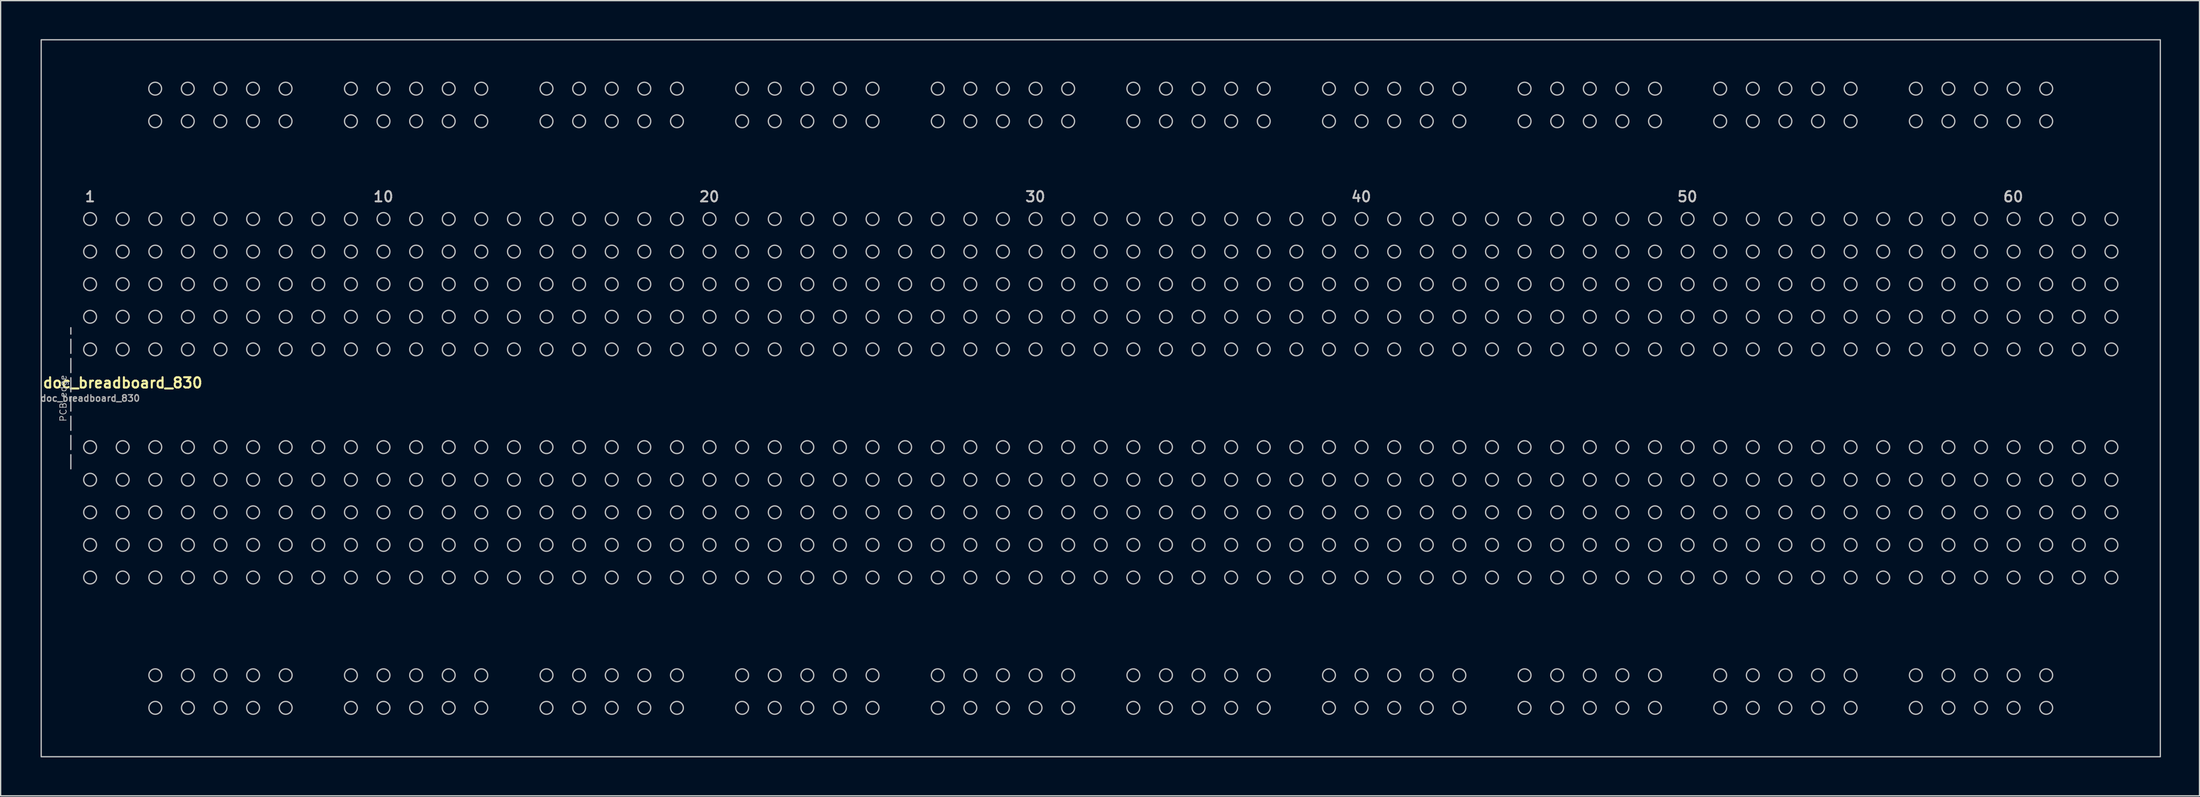
<source format=kicad_pcb>
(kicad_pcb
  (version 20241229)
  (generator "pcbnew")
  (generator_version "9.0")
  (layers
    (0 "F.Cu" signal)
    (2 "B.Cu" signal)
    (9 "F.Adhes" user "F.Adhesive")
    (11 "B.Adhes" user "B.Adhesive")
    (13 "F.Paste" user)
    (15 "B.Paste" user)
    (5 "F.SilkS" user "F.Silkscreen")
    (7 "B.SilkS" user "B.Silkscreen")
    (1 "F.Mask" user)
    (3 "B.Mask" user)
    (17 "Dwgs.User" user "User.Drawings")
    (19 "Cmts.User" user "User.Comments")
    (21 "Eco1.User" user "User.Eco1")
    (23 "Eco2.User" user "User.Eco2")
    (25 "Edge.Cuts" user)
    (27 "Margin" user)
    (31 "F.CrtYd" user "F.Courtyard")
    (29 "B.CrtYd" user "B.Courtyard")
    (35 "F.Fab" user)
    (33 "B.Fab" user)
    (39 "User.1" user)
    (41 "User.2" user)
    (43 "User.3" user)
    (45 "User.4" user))
  (footprint "doc_breadboard_830"
    (layer "F.Cu")
    (at 3.969 27.99)
    (property "Reference" "doc_breadboard_830" (at 2.54 -1.2 0) (layer "F.SilkS") (effects (font (size 0.8 0.8) (thickness 0.16))))
    (attr exclude_from_pos_files exclude_from_bom allow_missing_courtyard)
    (fp_line (start -1.5 5.5) (end -1.5 -5.5) (stroke (width 0.1) (type dash)) (layer "Dwgs.User"))
    (fp_rect (start -3.81 -27.94) (end 161.29 27.94) (stroke (width 0.1) (type solid)) (fill no) (layer "Dwgs.User"))
    (fp_circle (center 0 -13.97) (end -0.5 -13.97) (stroke (width 0.1) (type solid)) (fill no) (layer "Dwgs.User"))
    (fp_circle (center 0 -11.43) (end -0.5 -11.43) (stroke (width 0.1) (type solid)) (fill no) (layer "Dwgs.User"))
    (fp_circle (center 0 -8.89) (end -0.5 -8.89) (stroke (width 0.1) (type solid)) (fill no) (layer "Dwgs.User"))
    (fp_circle (center 0 -6.35) (end -0.5 -6.35) (stroke (width 0.1) (type solid)) (fill no) (layer "Dwgs.User"))
    (fp_circle (center 0 -3.81) (end -0.5 -3.81) (stroke (width 0.1) (type solid)) (fill no) (layer "Dwgs.User"))
    (fp_circle (center 0 3.81) (end -0.5 3.81) (stroke (width 0.1) (type solid)) (fill no) (layer "Dwgs.User"))
    (fp_circle (center 0 6.35) (end -0.5 6.35) (stroke (width 0.1) (type solid)) (fill no) (layer "Dwgs.User"))
    (fp_circle (center 0 8.89) (end -0.5 8.89) (stroke (width 0.1) (type solid)) (fill no) (layer "Dwgs.User"))
    (fp_circle (center 0 11.43) (end -0.5 11.43) (stroke (width 0.1) (type solid)) (fill no) (layer "Dwgs.User"))
    (fp_circle (center 0 13.97) (end -0.5 13.97) (stroke (width 0.1) (type solid)) (fill no) (layer "Dwgs.User"))
    (fp_circle (center 2.54 -13.97) (end 2.04 -13.97) (stroke (width 0.1) (type solid)) (fill no) (layer "Dwgs.User"))
    (fp_circle (center 2.54 -11.43) (end 2.04 -11.43) (stroke (width 0.1) (type solid)) (fill no) (layer "Dwgs.User"))
    (fp_circle (center 2.54 -8.89) (end 2.04 -8.89) (stroke (width 0.1) (type solid)) (fill no) (layer "Dwgs.User"))
    (fp_circle (center 2.54 -6.35) (end 2.04 -6.35) (stroke (width 0.1) (type solid)) (fill no) (layer "Dwgs.User"))
    (fp_circle (center 2.54 -3.81) (end 2.04 -3.81) (stroke (width 0.1) (type solid)) (fill no) (layer "Dwgs.User"))
    (fp_circle (center 2.54 3.81) (end 2.04 3.81) (stroke (width 0.1) (type solid)) (fill no) (layer "Dwgs.User"))
    (fp_circle (center 2.54 6.35) (end 2.04 6.35) (stroke (width 0.1) (type solid)) (fill no) (layer "Dwgs.User"))
    (fp_circle (center 2.54 8.89) (end 2.04 8.89) (stroke (width 0.1) (type solid)) (fill no) (layer "Dwgs.User"))
    (fp_circle (center 2.54 11.43) (end 2.04 11.43) (stroke (width 0.1) (type solid)) (fill no) (layer "Dwgs.User"))
    (fp_circle (center 2.54 13.97) (end 2.04 13.97) (stroke (width 0.1) (type solid)) (fill no) (layer "Dwgs.User"))
    (fp_circle (center 5.07 -24.13) (end 5.57 -24.13) (stroke (width 0.1) (type solid)) (fill no) (layer "Dwgs.User"))
    (fp_circle (center 5.07 -21.59) (end 5.57 -21.59) (stroke (width 0.1) (type solid)) (fill no) (layer "Dwgs.User"))
    (fp_circle (center 5.08 -13.97) (end 4.58 -13.97) (stroke (width 0.1) (type solid)) (fill no) (layer "Dwgs.User"))
    (fp_circle (center 5.08 -11.43) (end 4.58 -11.43) (stroke (width 0.1) (type solid)) (fill no) (layer "Dwgs.User"))
    (fp_circle (center 5.08 -8.89) (end 4.58 -8.89) (stroke (width 0.1) (type solid)) (fill no) (layer "Dwgs.User"))
    (fp_circle (center 5.08 -6.35) (end 4.58 -6.35) (stroke (width 0.1) (type solid)) (fill no) (layer "Dwgs.User"))
    (fp_circle (center 5.08 -3.81) (end 4.58 -3.81) (stroke (width 0.1) (type solid)) (fill no) (layer "Dwgs.User"))
    (fp_circle (center 5.08 3.81) (end 4.58 3.81) (stroke (width 0.1) (type solid)) (fill no) (layer "Dwgs.User"))
    (fp_circle (center 5.08 6.35) (end 4.58 6.35) (stroke (width 0.1) (type solid)) (fill no) (layer "Dwgs.User"))
    (fp_circle (center 5.08 8.89) (end 4.58 8.89) (stroke (width 0.1) (type solid)) (fill no) (layer "Dwgs.User"))
    (fp_circle (center 5.08 11.43) (end 4.58 11.43) (stroke (width 0.1) (type solid)) (fill no) (layer "Dwgs.User"))
    (fp_circle (center 5.08 13.97) (end 4.58 13.97) (stroke (width 0.1) (type solid)) (fill no) (layer "Dwgs.User"))
    (fp_circle (center 5.08 21.59) (end 5.58 21.59) (stroke (width 0.1) (type solid)) (fill no) (layer "Dwgs.User"))
    (fp_circle (center 5.08 24.13) (end 5.58 24.13) (stroke (width 0.1) (type solid)) (fill no) (layer "Dwgs.User"))
    (fp_circle (center 7.61 -24.13) (end 8.11 -24.13) (stroke (width 0.1) (type solid)) (fill no) (layer "Dwgs.User"))
    (fp_circle (center 7.61 -21.59) (end 8.11 -21.59) (stroke (width 0.1) (type solid)) (fill no) (layer "Dwgs.User"))
    (fp_circle (center 7.62 -13.97) (end 7.12 -13.97) (stroke (width 0.1) (type solid)) (fill no) (layer "Dwgs.User"))
    (fp_circle (center 7.62 -11.43) (end 7.12 -11.43) (stroke (width 0.1) (type solid)) (fill no) (layer "Dwgs.User"))
    (fp_circle (center 7.62 -8.89) (end 7.12 -8.89) (stroke (width 0.1) (type solid)) (fill no) (layer "Dwgs.User"))
    (fp_circle (center 7.62 -6.35) (end 7.12 -6.35) (stroke (width 0.1) (type solid)) (fill no) (layer "Dwgs.User"))
    (fp_circle (center 7.62 -3.81) (end 7.12 -3.81) (stroke (width 0.1) (type solid)) (fill no) (layer "Dwgs.User"))
    (fp_circle (center 7.62 3.81) (end 7.12 3.81) (stroke (width 0.1) (type solid)) (fill no) (layer "Dwgs.User"))
    (fp_circle (center 7.62 6.35) (end 7.12 6.35) (stroke (width 0.1) (type solid)) (fill no) (layer "Dwgs.User"))
    (fp_circle (center 7.62 8.89) (end 7.12 8.89) (stroke (width 0.1) (type solid)) (fill no) (layer "Dwgs.User"))
    (fp_circle (center 7.62 11.43) (end 7.12 11.43) (stroke (width 0.1) (type solid)) (fill no) (layer "Dwgs.User"))
    (fp_circle (center 7.62 13.97) (end 7.12 13.97) (stroke (width 0.1) (type solid)) (fill no) (layer "Dwgs.User"))
    (fp_circle (center 7.62 21.59) (end 8.12 21.59) (stroke (width 0.1) (type solid)) (fill no) (layer "Dwgs.User"))
    (fp_circle (center 7.62 24.13) (end 8.12 24.13) (stroke (width 0.1) (type solid)) (fill no) (layer "Dwgs.User"))
    (fp_circle (center 10.15 -24.13) (end 10.65 -24.13) (stroke (width 0.1) (type solid)) (fill no) (layer "Dwgs.User"))
    (fp_circle (center 10.15 -21.59) (end 10.65 -21.59) (stroke (width 0.1) (type solid)) (fill no) (layer "Dwgs.User"))
    (fp_circle (center 10.16 -13.97) (end 9.66 -13.97) (stroke (width 0.1) (type solid)) (fill no) (layer "Dwgs.User"))
    (fp_circle (center 10.16 -11.43) (end 9.66 -11.43) (stroke (width 0.1) (type solid)) (fill no) (layer "Dwgs.User"))
    (fp_circle (center 10.16 -8.89) (end 9.66 -8.89) (stroke (width 0.1) (type solid)) (fill no) (layer "Dwgs.User"))
    (fp_circle (center 10.16 -6.35) (end 9.66 -6.35) (stroke (width 0.1) (type solid)) (fill no) (layer "Dwgs.User"))
    (fp_circle (center 10.16 -3.81) (end 9.66 -3.81) (stroke (width 0.1) (type solid)) (fill no) (layer "Dwgs.User"))
    (fp_circle (center 10.16 3.81) (end 9.66 3.81) (stroke (width 0.1) (type solid)) (fill no) (layer "Dwgs.User"))
    (fp_circle (center 10.16 6.35) (end 9.66 6.35) (stroke (width 0.1) (type solid)) (fill no) (layer "Dwgs.User"))
    (fp_circle (center 10.16 8.89) (end 9.66 8.89) (stroke (width 0.1) (type solid)) (fill no) (layer "Dwgs.User"))
    (fp_circle (center 10.16 11.43) (end 9.66 11.43) (stroke (width 0.1) (type solid)) (fill no) (layer "Dwgs.User"))
    (fp_circle (center 10.16 13.97) (end 9.66 13.97) (stroke (width 0.1) (type solid)) (fill no) (layer "Dwgs.User"))
    (fp_circle (center 10.16 21.59) (end 10.66 21.59) (stroke (width 0.1) (type solid)) (fill no) (layer "Dwgs.User"))
    (fp_circle (center 10.16 24.13) (end 10.66 24.13) (stroke (width 0.1) (type solid)) (fill no) (layer "Dwgs.User"))
    (fp_circle (center 12.69 -24.13) (end 13.19 -24.13) (stroke (width 0.1) (type solid)) (fill no) (layer "Dwgs.User"))
    (fp_circle (center 12.69 -21.59) (end 13.19 -21.59) (stroke (width 0.1) (type solid)) (fill no) (layer "Dwgs.User"))
    (fp_circle (center 12.7 -13.97) (end 12.2 -13.97) (stroke (width 0.1) (type solid)) (fill no) (layer "Dwgs.User"))
    (fp_circle (center 12.7 -11.43) (end 12.2 -11.43) (stroke (width 0.1) (type solid)) (fill no) (layer "Dwgs.User"))
    (fp_circle (center 12.7 -8.89) (end 12.2 -8.89) (stroke (width 0.1) (type solid)) (fill no) (layer "Dwgs.User"))
    (fp_circle (center 12.7 -6.35) (end 12.2 -6.35) (stroke (width 0.1) (type solid)) (fill no) (layer "Dwgs.User"))
    (fp_circle (center 12.7 -3.81) (end 12.2 -3.81) (stroke (width 0.1) (type solid)) (fill no) (layer "Dwgs.User"))
    (fp_circle (center 12.7 3.81) (end 12.2 3.81) (stroke (width 0.1) (type solid)) (fill no) (layer "Dwgs.User"))
    (fp_circle (center 12.7 6.35) (end 12.2 6.35) (stroke (width 0.1) (type solid)) (fill no) (layer "Dwgs.User"))
    (fp_circle (center 12.7 8.89) (end 12.2 8.89) (stroke (width 0.1) (type solid)) (fill no) (layer "Dwgs.User"))
    (fp_circle (center 12.7 11.43) (end 12.2 11.43) (stroke (width 0.1) (type solid)) (fill no) (layer "Dwgs.User"))
    (fp_circle (center 12.7 13.97) (end 12.2 13.97) (stroke (width 0.1) (type solid)) (fill no) (layer "Dwgs.User"))
    (fp_circle (center 12.7 21.59) (end 13.2 21.59) (stroke (width 0.1) (type solid)) (fill no) (layer "Dwgs.User"))
    (fp_circle (center 12.7 24.13) (end 13.2 24.13) (stroke (width 0.1) (type solid)) (fill no) (layer "Dwgs.User"))
    (fp_circle (center 15.23 -24.13) (end 15.73 -24.13) (stroke (width 0.1) (type solid)) (fill no) (layer "Dwgs.User"))
    (fp_circle (center 15.23 -21.59) (end 15.73 -21.59) (stroke (width 0.1) (type solid)) (fill no) (layer "Dwgs.User"))
    (fp_circle (center 15.24 -13.97) (end 14.74 -13.97) (stroke (width 0.1) (type solid)) (fill no) (layer "Dwgs.User"))
    (fp_circle (center 15.24 -11.43) (end 14.74 -11.43) (stroke (width 0.1) (type solid)) (fill no) (layer "Dwgs.User"))
    (fp_circle (center 15.24 -8.89) (end 14.74 -8.89) (stroke (width 0.1) (type solid)) (fill no) (layer "Dwgs.User"))
    (fp_circle (center 15.24 -6.35) (end 14.74 -6.35) (stroke (width 0.1) (type solid)) (fill no) (layer "Dwgs.User"))
    (fp_circle (center 15.24 -3.81) (end 14.74 -3.81) (stroke (width 0.1) (type solid)) (fill no) (layer "Dwgs.User"))
    (fp_circle (center 15.24 3.81) (end 14.74 3.81) (stroke (width 0.1) (type solid)) (fill no) (layer "Dwgs.User"))
    (fp_circle (center 15.24 6.35) (end 14.74 6.35) (stroke (width 0.1) (type solid)) (fill no) (layer "Dwgs.User"))
    (fp_circle (center 15.24 8.89) (end 14.74 8.89) (stroke (width 0.1) (type solid)) (fill no) (layer "Dwgs.User"))
    (fp_circle (center 15.24 11.43) (end 14.74 11.43) (stroke (width 0.1) (type solid)) (fill no) (layer "Dwgs.User"))
    (fp_circle (center 15.24 13.97) (end 14.74 13.97) (stroke (width 0.1) (type solid)) (fill no) (layer "Dwgs.User"))
    (fp_circle (center 15.24 21.59) (end 15.74 21.59) (stroke (width 0.1) (type solid)) (fill no) (layer "Dwgs.User"))
    (fp_circle (center 15.24 24.13) (end 15.74 24.13) (stroke (width 0.1) (type solid)) (fill no) (layer "Dwgs.User"))
    (fp_circle (center 17.78 -13.97) (end 17.28 -13.97) (stroke (width 0.1) (type solid)) (fill no) (layer "Dwgs.User"))
    (fp_circle (center 17.78 -11.43) (end 17.28 -11.43) (stroke (width 0.1) (type solid)) (fill no) (layer "Dwgs.User"))
    (fp_circle (center 17.78 -8.89) (end 17.28 -8.89) (stroke (width 0.1) (type solid)) (fill no) (layer "Dwgs.User"))
    (fp_circle (center 17.78 -6.35) (end 17.28 -6.35) (stroke (width 0.1) (type solid)) (fill no) (layer "Dwgs.User"))
    (fp_circle (center 17.78 -3.81) (end 17.28 -3.81) (stroke (width 0.1) (type solid)) (fill no) (layer "Dwgs.User"))
    (fp_circle (center 17.78 3.81) (end 17.28 3.81) (stroke (width 0.1) (type solid)) (fill no) (layer "Dwgs.User"))
    (fp_circle (center 17.78 6.35) (end 17.28 6.35) (stroke (width 0.1) (type solid)) (fill no) (layer "Dwgs.User"))
    (fp_circle (center 17.78 8.89) (end 17.28 8.89) (stroke (width 0.1) (type solid)) (fill no) (layer "Dwgs.User"))
    (fp_circle (center 17.78 11.43) (end 17.28 11.43) (stroke (width 0.1) (type solid)) (fill no) (layer "Dwgs.User"))
    (fp_circle (center 17.78 13.97) (end 17.28 13.97) (stroke (width 0.1) (type solid)) (fill no) (layer "Dwgs.User"))
    (fp_circle (center 20.32 -24.13) (end 20.82 -24.13) (stroke (width 0.1) (type solid)) (fill no) (layer "Dwgs.User"))
    (fp_circle (center 20.32 -21.59) (end 20.82 -21.59) (stroke (width 0.1) (type solid)) (fill no) (layer "Dwgs.User"))
    (fp_circle (center 20.32 -13.97) (end 19.82 -13.97) (stroke (width 0.1) (type solid)) (fill no) (layer "Dwgs.User"))
    (fp_circle (center 20.32 -11.43) (end 19.82 -11.43) (stroke (width 0.1) (type solid)) (fill no) (layer "Dwgs.User"))
    (fp_circle (center 20.32 -8.89) (end 19.82 -8.89) (stroke (width 0.1) (type solid)) (fill no) (layer "Dwgs.User"))
    (fp_circle (center 20.32 -6.35) (end 19.82 -6.35) (stroke (width 0.1) (type solid)) (fill no) (layer "Dwgs.User"))
    (fp_circle (center 20.32 -3.81) (end 19.82 -3.81) (stroke (width 0.1) (type solid)) (fill no) (layer "Dwgs.User"))
    (fp_circle (center 20.32 3.81) (end 19.82 3.81) (stroke (width 0.1) (type solid)) (fill no) (layer "Dwgs.User"))
    (fp_circle (center 20.32 6.35) (end 19.82 6.35) (stroke (width 0.1) (type solid)) (fill no) (layer "Dwgs.User"))
    (fp_circle (center 20.32 8.89) (end 19.82 8.89) (stroke (width 0.1) (type solid)) (fill no) (layer "Dwgs.User"))
    (fp_circle (center 20.32 11.43) (end 19.82 11.43) (stroke (width 0.1) (type solid)) (fill no) (layer "Dwgs.User"))
    (fp_circle (center 20.32 13.97) (end 19.82 13.97) (stroke (width 0.1) (type solid)) (fill no) (layer "Dwgs.User"))
    (fp_circle (center 20.32 21.59) (end 20.82 21.59) (stroke (width 0.1) (type solid)) (fill no) (layer "Dwgs.User"))
    (fp_circle (center 20.32 24.13) (end 20.82 24.13) (stroke (width 0.1) (type solid)) (fill no) (layer "Dwgs.User"))
    (fp_circle (center 22.86 -24.13) (end 23.36 -24.13) (stroke (width 0.1) (type solid)) (fill no) (layer "Dwgs.User"))
    (fp_circle (center 22.86 -21.59) (end 23.36 -21.59) (stroke (width 0.1) (type solid)) (fill no) (layer "Dwgs.User"))
    (fp_circle (center 22.86 -13.97) (end 22.36 -13.97) (stroke (width 0.1) (type solid)) (fill no) (layer "Dwgs.User"))
    (fp_circle (center 22.86 -11.43) (end 22.36 -11.43) (stroke (width 0.1) (type solid)) (fill no) (layer "Dwgs.User"))
    (fp_circle (center 22.86 -8.89) (end 22.36 -8.89) (stroke (width 0.1) (type solid)) (fill no) (layer "Dwgs.User"))
    (fp_circle (center 22.86 -6.35) (end 22.36 -6.35) (stroke (width 0.1) (type solid)) (fill no) (layer "Dwgs.User"))
    (fp_circle (center 22.86 -3.81) (end 22.36 -3.81) (stroke (width 0.1) (type solid)) (fill no) (layer "Dwgs.User"))
    (fp_circle (center 22.86 3.81) (end 22.36 3.81) (stroke (width 0.1) (type solid)) (fill no) (layer "Dwgs.User"))
    (fp_circle (center 22.86 6.35) (end 22.36 6.35) (stroke (width 0.1) (type solid)) (fill no) (layer "Dwgs.User"))
    (fp_circle (center 22.86 8.89) (end 22.36 8.89) (stroke (width 0.1) (type solid)) (fill no) (layer "Dwgs.User"))
    (fp_circle (center 22.86 11.43) (end 22.36 11.43) (stroke (width 0.1) (type solid)) (fill no) (layer "Dwgs.User"))
    (fp_circle (center 22.86 13.97) (end 22.36 13.97) (stroke (width 0.1) (type solid)) (fill no) (layer "Dwgs.User"))
    (fp_circle (center 22.86 21.59) (end 23.36 21.59) (stroke (width 0.1) (type solid)) (fill no) (layer "Dwgs.User"))
    (fp_circle (center 22.86 24.13) (end 23.36 24.13) (stroke (width 0.1) (type solid)) (fill no) (layer "Dwgs.User"))
    (fp_circle (center 25.4 -24.13) (end 25.9 -24.13) (stroke (width 0.1) (type solid)) (fill no) (layer "Dwgs.User"))
    (fp_circle (center 25.4 -21.59) (end 25.9 -21.59) (stroke (width 0.1) (type solid)) (fill no) (layer "Dwgs.User"))
    (fp_circle (center 25.4 -13.97) (end 24.9 -13.97) (stroke (width 0.1) (type solid)) (fill no) (layer "Dwgs.User"))
    (fp_circle (center 25.4 -11.43) (end 24.9 -11.43) (stroke (width 0.1) (type solid)) (fill no) (layer "Dwgs.User"))
    (fp_circle (center 25.4 -8.89) (end 24.9 -8.89) (stroke (width 0.1) (type solid)) (fill no) (layer "Dwgs.User"))
    (fp_circle (center 25.4 -6.35) (end 24.9 -6.35) (stroke (width 0.1) (type solid)) (fill no) (layer "Dwgs.User"))
    (fp_circle (center 25.4 -3.81) (end 24.9 -3.81) (stroke (width 0.1) (type solid)) (fill no) (layer "Dwgs.User"))
    (fp_circle (center 25.4 3.81) (end 24.9 3.81) (stroke (width 0.1) (type solid)) (fill no) (layer "Dwgs.User"))
    (fp_circle (center 25.4 6.35) (end 24.9 6.35) (stroke (width 0.1) (type solid)) (fill no) (layer "Dwgs.User"))
    (fp_circle (center 25.4 8.89) (end 24.9 8.89) (stroke (width 0.1) (type solid)) (fill no) (layer "Dwgs.User"))
    (fp_circle (center 25.4 11.43) (end 24.9 11.43) (stroke (width 0.1) (type solid)) (fill no) (layer "Dwgs.User"))
    (fp_circle (center 25.4 13.97) (end 24.9 13.97) (stroke (width 0.1) (type solid)) (fill no) (layer "Dwgs.User"))
    (fp_circle (center 25.4 21.59) (end 25.9 21.59) (stroke (width 0.1) (type solid)) (fill no) (layer "Dwgs.User"))
    (fp_circle (center 25.4 24.13) (end 25.9 24.13) (stroke (width 0.1) (type solid)) (fill no) (layer "Dwgs.User"))
    (fp_circle (center 27.94 -24.13) (end 28.44 -24.13) (stroke (width 0.1) (type solid)) (fill no) (layer "Dwgs.User"))
    (fp_circle (center 27.94 -21.59) (end 28.44 -21.59) (stroke (width 0.1) (type solid)) (fill no) (layer "Dwgs.User"))
    (fp_circle (center 27.94 -13.97) (end 27.44 -13.97) (stroke (width 0.1) (type solid)) (fill no) (layer "Dwgs.User"))
    (fp_circle (center 27.94 -11.43) (end 27.44 -11.43) (stroke (width 0.1) (type solid)) (fill no) (layer "Dwgs.User"))
    (fp_circle (center 27.94 -8.89) (end 27.44 -8.89) (stroke (width 0.1) (type solid)) (fill no) (layer "Dwgs.User"))
    (fp_circle (center 27.94 -6.35) (end 27.44 -6.35) (stroke (width 0.1) (type solid)) (fill no) (layer "Dwgs.User"))
    (fp_circle (center 27.94 -3.81) (end 27.44 -3.81) (stroke (width 0.1) (type solid)) (fill no) (layer "Dwgs.User"))
    (fp_circle (center 27.94 3.81) (end 27.44 3.81) (stroke (width 0.1) (type solid)) (fill no) (layer "Dwgs.User"))
    (fp_circle (center 27.94 6.35) (end 27.44 6.35) (stroke (width 0.1) (type solid)) (fill no) (layer "Dwgs.User"))
    (fp_circle (center 27.94 8.89) (end 27.44 8.89) (stroke (width 0.1) (type solid)) (fill no) (layer "Dwgs.User"))
    (fp_circle (center 27.94 11.43) (end 27.44 11.43) (stroke (width 0.1) (type solid)) (fill no) (layer "Dwgs.User"))
    (fp_circle (center 27.94 13.97) (end 27.44 13.97) (stroke (width 0.1) (type solid)) (fill no) (layer "Dwgs.User"))
    (fp_circle (center 27.94 21.59) (end 28.44 21.59) (stroke (width 0.1) (type solid)) (fill no) (layer "Dwgs.User"))
    (fp_circle (center 27.94 24.13) (end 28.44 24.13) (stroke (width 0.1) (type solid)) (fill no) (layer "Dwgs.User"))
    (fp_circle (center 30.48 -24.13) (end 30.98 -24.13) (stroke (width 0.1) (type solid)) (fill no) (layer "Dwgs.User"))
    (fp_circle (center 30.48 -21.59) (end 30.98 -21.59) (stroke (width 0.1) (type solid)) (fill no) (layer "Dwgs.User"))
    (fp_circle (center 30.48 -13.97) (end 29.98 -13.97) (stroke (width 0.1) (type solid)) (fill no) (layer "Dwgs.User"))
    (fp_circle (center 30.48 -11.43) (end 29.98 -11.43) (stroke (width 0.1) (type solid)) (fill no) (layer "Dwgs.User"))
    (fp_circle (center 30.48 -8.89) (end 29.98 -8.89) (stroke (width 0.1) (type solid)) (fill no) (layer "Dwgs.User"))
    (fp_circle (center 30.48 -6.35) (end 29.98 -6.35) (stroke (width 0.1) (type solid)) (fill no) (layer "Dwgs.User"))
    (fp_circle (center 30.48 -3.81) (end 29.98 -3.81) (stroke (width 0.1) (type solid)) (fill no) (layer "Dwgs.User"))
    (fp_circle (center 30.48 3.81) (end 29.98 3.81) (stroke (width 0.1) (type solid)) (fill no) (layer "Dwgs.User"))
    (fp_circle (center 30.48 6.35) (end 29.98 6.35) (stroke (width 0.1) (type solid)) (fill no) (layer "Dwgs.User"))
    (fp_circle (center 30.48 8.89) (end 29.98 8.89) (stroke (width 0.1) (type solid)) (fill no) (layer "Dwgs.User"))
    (fp_circle (center 30.48 11.43) (end 29.98 11.43) (stroke (width 0.1) (type solid)) (fill no) (layer "Dwgs.User"))
    (fp_circle (center 30.48 13.97) (end 29.98 13.97) (stroke (width 0.1) (type solid)) (fill no) (layer "Dwgs.User"))
    (fp_circle (center 30.48 21.59) (end 30.98 21.59) (stroke (width 0.1) (type solid)) (fill no) (layer "Dwgs.User"))
    (fp_circle (center 30.48 24.13) (end 30.98 24.13) (stroke (width 0.1) (type solid)) (fill no) (layer "Dwgs.User"))
    (fp_circle (center 33.02 -13.97) (end 32.52 -13.97) (stroke (width 0.1) (type solid)) (fill no) (layer "Dwgs.User"))
    (fp_circle (center 33.02 -11.43) (end 32.52 -11.43) (stroke (width 0.1) (type solid)) (fill no) (layer "Dwgs.User"))
    (fp_circle (center 33.02 -8.89) (end 32.52 -8.89) (stroke (width 0.1) (type solid)) (fill no) (layer "Dwgs.User"))
    (fp_circle (center 33.02 -6.35) (end 32.52 -6.35) (stroke (width 0.1) (type solid)) (fill no) (layer "Dwgs.User"))
    (fp_circle (center 33.02 -3.81) (end 32.52 -3.81) (stroke (width 0.1) (type solid)) (fill no) (layer "Dwgs.User"))
    (fp_circle (center 33.02 3.81) (end 32.52 3.81) (stroke (width 0.1) (type solid)) (fill no) (layer "Dwgs.User"))
    (fp_circle (center 33.02 6.35) (end 32.52 6.35) (stroke (width 0.1) (type solid)) (fill no) (layer "Dwgs.User"))
    (fp_circle (center 33.02 8.89) (end 32.52 8.89) (stroke (width 0.1) (type solid)) (fill no) (layer "Dwgs.User"))
    (fp_circle (center 33.02 11.43) (end 32.52 11.43) (stroke (width 0.1) (type solid)) (fill no) (layer "Dwgs.User"))
    (fp_circle (center 33.02 13.97) (end 32.52 13.97) (stroke (width 0.1) (type solid)) (fill no) (layer "Dwgs.User"))
    (fp_circle (center 35.56 -24.13) (end 36.06 -24.13) (stroke (width 0.1) (type solid)) (fill no) (layer "Dwgs.User"))
    (fp_circle (center 35.56 -21.59) (end 36.06 -21.59) (stroke (width 0.1) (type solid)) (fill no) (layer "Dwgs.User"))
    (fp_circle (center 35.56 -13.97) (end 35.06 -13.97) (stroke (width 0.1) (type solid)) (fill no) (layer "Dwgs.User"))
    (fp_circle (center 35.56 -11.43) (end 35.06 -11.43) (stroke (width 0.1) (type solid)) (fill no) (layer "Dwgs.User"))
    (fp_circle (center 35.56 -8.89) (end 35.06 -8.89) (stroke (width 0.1) (type solid)) (fill no) (layer "Dwgs.User"))
    (fp_circle (center 35.56 -6.35) (end 35.06 -6.35) (stroke (width 0.1) (type solid)) (fill no) (layer "Dwgs.User"))
    (fp_circle (center 35.56 -3.81) (end 35.06 -3.81) (stroke (width 0.1) (type solid)) (fill no) (layer "Dwgs.User"))
    (fp_circle (center 35.56 3.81) (end 35.06 3.81) (stroke (width 0.1) (type solid)) (fill no) (layer "Dwgs.User"))
    (fp_circle (center 35.56 6.35) (end 35.06 6.35) (stroke (width 0.1) (type solid)) (fill no) (layer "Dwgs.User"))
    (fp_circle (center 35.56 8.89) (end 35.06 8.89) (stroke (width 0.1) (type solid)) (fill no) (layer "Dwgs.User"))
    (fp_circle (center 35.56 11.43) (end 35.06 11.43) (stroke (width 0.1) (type solid)) (fill no) (layer "Dwgs.User"))
    (fp_circle (center 35.56 13.97) (end 35.06 13.97) (stroke (width 0.1) (type solid)) (fill no) (layer "Dwgs.User"))
    (fp_circle (center 35.56 21.59) (end 36.06 21.59) (stroke (width 0.1) (type solid)) (fill no) (layer "Dwgs.User"))
    (fp_circle (center 35.56 24.13) (end 36.06 24.13) (stroke (width 0.1) (type solid)) (fill no) (layer "Dwgs.User"))
    (fp_circle (center 38.1 -24.13) (end 38.6 -24.13) (stroke (width 0.1) (type solid)) (fill no) (layer "Dwgs.User"))
    (fp_circle (center 38.1 -21.59) (end 38.6 -21.59) (stroke (width 0.1) (type solid)) (fill no) (layer "Dwgs.User"))
    (fp_circle (center 38.1 -13.97) (end 37.6 -13.97) (stroke (width 0.1) (type solid)) (fill no) (layer "Dwgs.User"))
    (fp_circle (center 38.1 -11.43) (end 37.6 -11.43) (stroke (width 0.1) (type solid)) (fill no) (layer "Dwgs.User"))
    (fp_circle (center 38.1 -8.89) (end 37.6 -8.89) (stroke (width 0.1) (type solid)) (fill no) (layer "Dwgs.User"))
    (fp_circle (center 38.1 -6.35) (end 37.6 -6.35) (stroke (width 0.1) (type solid)) (fill no) (layer "Dwgs.User"))
    (fp_circle (center 38.1 -3.81) (end 37.6 -3.81) (stroke (width 0.1) (type solid)) (fill no) (layer "Dwgs.User"))
    (fp_circle (center 38.1 3.81) (end 37.6 3.81) (stroke (width 0.1) (type solid)) (fill no) (layer "Dwgs.User"))
    (fp_circle (center 38.1 6.35) (end 37.6 6.35) (stroke (width 0.1) (type solid)) (fill no) (layer "Dwgs.User"))
    (fp_circle (center 38.1 8.89) (end 37.6 8.89) (stroke (width 0.1) (type solid)) (fill no) (layer "Dwgs.User"))
    (fp_circle (center 38.1 11.43) (end 37.6 11.43) (stroke (width 0.1) (type solid)) (fill no) (layer "Dwgs.User"))
    (fp_circle (center 38.1 13.97) (end 37.6 13.97) (stroke (width 0.1) (type solid)) (fill no) (layer "Dwgs.User"))
    (fp_circle (center 38.1 21.59) (end 38.6 21.59) (stroke (width 0.1) (type solid)) (fill no) (layer "Dwgs.User"))
    (fp_circle (center 38.1 24.13) (end 38.6 24.13) (stroke (width 0.1) (type solid)) (fill no) (layer "Dwgs.User"))
    (fp_circle (center 40.64 -24.13) (end 41.14 -24.13) (stroke (width 0.1) (type solid)) (fill no) (layer "Dwgs.User"))
    (fp_circle (center 40.64 -21.59) (end 41.14 -21.59) (stroke (width 0.1) (type solid)) (fill no) (layer "Dwgs.User"))
    (fp_circle (center 40.64 -13.97) (end 40.14 -13.97) (stroke (width 0.1) (type solid)) (fill no) (layer "Dwgs.User"))
    (fp_circle (center 40.64 -11.43) (end 40.14 -11.43) (stroke (width 0.1) (type solid)) (fill no) (layer "Dwgs.User"))
    (fp_circle (center 40.64 -8.89) (end 40.14 -8.89) (stroke (width 0.1) (type solid)) (fill no) (layer "Dwgs.User"))
    (fp_circle (center 40.64 -6.35) (end 40.14 -6.35) (stroke (width 0.1) (type solid)) (fill no) (layer "Dwgs.User"))
    (fp_circle (center 40.64 -3.81) (end 40.14 -3.81) (stroke (width 0.1) (type solid)) (fill no) (layer "Dwgs.User"))
    (fp_circle (center 40.64 3.81) (end 40.14 3.81) (stroke (width 0.1) (type solid)) (fill no) (layer "Dwgs.User"))
    (fp_circle (center 40.64 6.35) (end 40.14 6.35) (stroke (width 0.1) (type solid)) (fill no) (layer "Dwgs.User"))
    (fp_circle (center 40.64 8.89) (end 40.14 8.89) (stroke (width 0.1) (type solid)) (fill no) (layer "Dwgs.User"))
    (fp_circle (center 40.64 11.43) (end 40.14 11.43) (stroke (width 0.1) (type solid)) (fill no) (layer "Dwgs.User"))
    (fp_circle (center 40.64 13.97) (end 40.14 13.97) (stroke (width 0.1) (type solid)) (fill no) (layer "Dwgs.User"))
    (fp_circle (center 40.64 21.59) (end 41.14 21.59) (stroke (width 0.1) (type solid)) (fill no) (layer "Dwgs.User"))
    (fp_circle (center 40.64 24.13) (end 41.14 24.13) (stroke (width 0.1) (type solid)) (fill no) (layer "Dwgs.User"))
    (fp_circle (center 43.18 -24.13) (end 43.68 -24.13) (stroke (width 0.1) (type solid)) (fill no) (layer "Dwgs.User"))
    (fp_circle (center 43.18 -21.59) (end 43.68 -21.59) (stroke (width 0.1) (type solid)) (fill no) (layer "Dwgs.User"))
    (fp_circle (center 43.18 -13.97) (end 42.68 -13.97) (stroke (width 0.1) (type solid)) (fill no) (layer "Dwgs.User"))
    (fp_circle (center 43.18 -11.43) (end 42.68 -11.43) (stroke (width 0.1) (type solid)) (fill no) (layer "Dwgs.User"))
    (fp_circle (center 43.18 -8.89) (end 42.68 -8.89) (stroke (width 0.1) (type solid)) (fill no) (layer "Dwgs.User"))
    (fp_circle (center 43.18 -6.35) (end 42.68 -6.35) (stroke (width 0.1) (type solid)) (fill no) (layer "Dwgs.User"))
    (fp_circle (center 43.18 -3.81) (end 42.68 -3.81) (stroke (width 0.1) (type solid)) (fill no) (layer "Dwgs.User"))
    (fp_circle (center 43.18 3.81) (end 42.68 3.81) (stroke (width 0.1) (type solid)) (fill no) (layer "Dwgs.User"))
    (fp_circle (center 43.18 6.35) (end 42.68 6.35) (stroke (width 0.1) (type solid)) (fill no) (layer "Dwgs.User"))
    (fp_circle (center 43.18 8.89) (end 42.68 8.89) (stroke (width 0.1) (type solid)) (fill no) (layer "Dwgs.User"))
    (fp_circle (center 43.18 11.43) (end 42.68 11.43) (stroke (width 0.1) (type solid)) (fill no) (layer "Dwgs.User"))
    (fp_circle (center 43.18 13.97) (end 42.68 13.97) (stroke (width 0.1) (type solid)) (fill no) (layer "Dwgs.User"))
    (fp_circle (center 43.18 21.59) (end 43.68 21.59) (stroke (width 0.1) (type solid)) (fill no) (layer "Dwgs.User"))
    (fp_circle (center 43.18 24.13) (end 43.68 24.13) (stroke (width 0.1) (type solid)) (fill no) (layer "Dwgs.User"))
    (fp_circle (center 45.72 -24.13) (end 46.22 -24.13) (stroke (width 0.1) (type solid)) (fill no) (layer "Dwgs.User"))
    (fp_circle (center 45.72 -21.59) (end 46.22 -21.59) (stroke (width 0.1) (type solid)) (fill no) (layer "Dwgs.User"))
    (fp_circle (center 45.72 -13.97) (end 45.22 -13.97) (stroke (width 0.1) (type solid)) (fill no) (layer "Dwgs.User"))
    (fp_circle (center 45.72 -11.43) (end 45.22 -11.43) (stroke (width 0.1) (type solid)) (fill no) (layer "Dwgs.User"))
    (fp_circle (center 45.72 -8.89) (end 45.22 -8.89) (stroke (width 0.1) (type solid)) (fill no) (layer "Dwgs.User"))
    (fp_circle (center 45.72 -6.35) (end 45.22 -6.35) (stroke (width 0.1) (type solid)) (fill no) (layer "Dwgs.User"))
    (fp_circle (center 45.72 -3.81) (end 45.22 -3.81) (stroke (width 0.1) (type solid)) (fill no) (layer "Dwgs.User"))
    (fp_circle (center 45.72 3.81) (end 45.22 3.81) (stroke (width 0.1) (type solid)) (fill no) (layer "Dwgs.User"))
    (fp_circle (center 45.72 6.35) (end 45.22 6.35) (stroke (width 0.1) (type solid)) (fill no) (layer "Dwgs.User"))
    (fp_circle (center 45.72 8.89) (end 45.22 8.89) (stroke (width 0.1) (type solid)) (fill no) (layer "Dwgs.User"))
    (fp_circle (center 45.72 11.43) (end 45.22 11.43) (stroke (width 0.1) (type solid)) (fill no) (layer "Dwgs.User"))
    (fp_circle (center 45.72 13.97) (end 45.22 13.97) (stroke (width 0.1) (type solid)) (fill no) (layer "Dwgs.User"))
    (fp_circle (center 45.72 21.59) (end 46.22 21.59) (stroke (width 0.1) (type solid)) (fill no) (layer "Dwgs.User"))
    (fp_circle (center 45.72 24.13) (end 46.22 24.13) (stroke (width 0.1) (type solid)) (fill no) (layer "Dwgs.User"))
    (fp_circle (center 48.26 -13.97) (end 47.76 -13.97) (stroke (width 0.1) (type solid)) (fill no) (layer "Dwgs.User"))
    (fp_circle (center 48.26 -11.43) (end 47.76 -11.43) (stroke (width 0.1) (type solid)) (fill no) (layer "Dwgs.User"))
    (fp_circle (center 48.26 -8.89) (end 47.76 -8.89) (stroke (width 0.1) (type solid)) (fill no) (layer "Dwgs.User"))
    (fp_circle (center 48.26 -6.35) (end 47.76 -6.35) (stroke (width 0.1) (type solid)) (fill no) (layer "Dwgs.User"))
    (fp_circle (center 48.26 -3.81) (end 47.76 -3.81) (stroke (width 0.1) (type solid)) (fill no) (layer "Dwgs.User"))
    (fp_circle (center 48.26 3.81) (end 47.76 3.81) (stroke (width 0.1) (type solid)) (fill no) (layer "Dwgs.User"))
    (fp_circle (center 48.26 6.35) (end 47.76 6.35) (stroke (width 0.1) (type solid)) (fill no) (layer "Dwgs.User"))
    (fp_circle (center 48.26 8.89) (end 47.76 8.89) (stroke (width 0.1) (type solid)) (fill no) (layer "Dwgs.User"))
    (fp_circle (center 48.26 11.43) (end 47.76 11.43) (stroke (width 0.1) (type solid)) (fill no) (layer "Dwgs.User"))
    (fp_circle (center 48.26 13.97) (end 47.76 13.97) (stroke (width 0.1) (type solid)) (fill no) (layer "Dwgs.User"))
    (fp_circle (center 50.8 -24.13) (end 51.3 -24.13) (stroke (width 0.1) (type solid)) (fill no) (layer "Dwgs.User"))
    (fp_circle (center 50.8 -21.59) (end 51.3 -21.59) (stroke (width 0.1) (type solid)) (fill no) (layer "Dwgs.User"))
    (fp_circle (center 50.8 -13.97) (end 50.3 -13.97) (stroke (width 0.1) (type solid)) (fill no) (layer "Dwgs.User"))
    (fp_circle (center 50.8 -11.43) (end 50.3 -11.43) (stroke (width 0.1) (type solid)) (fill no) (layer "Dwgs.User"))
    (fp_circle (center 50.8 -8.89) (end 50.3 -8.89) (stroke (width 0.1) (type solid)) (fill no) (layer "Dwgs.User"))
    (fp_circle (center 50.8 -6.35) (end 50.3 -6.35) (stroke (width 0.1) (type solid)) (fill no) (layer "Dwgs.User"))
    (fp_circle (center 50.8 -3.81) (end 50.3 -3.81) (stroke (width 0.1) (type solid)) (fill no) (layer "Dwgs.User"))
    (fp_circle (center 50.8 3.81) (end 50.3 3.81) (stroke (width 0.1) (type solid)) (fill no) (layer "Dwgs.User"))
    (fp_circle (center 50.8 6.35) (end 50.3 6.35) (stroke (width 0.1) (type solid)) (fill no) (layer "Dwgs.User"))
    (fp_circle (center 50.8 8.89) (end 50.3 8.89) (stroke (width 0.1) (type solid)) (fill no) (layer "Dwgs.User"))
    (fp_circle (center 50.8 11.43) (end 50.3 11.43) (stroke (width 0.1) (type solid)) (fill no) (layer "Dwgs.User"))
    (fp_circle (center 50.8 13.97) (end 50.3 13.97) (stroke (width 0.1) (type solid)) (fill no) (layer "Dwgs.User"))
    (fp_circle (center 50.8 21.59) (end 51.3 21.59) (stroke (width 0.1) (type solid)) (fill no) (layer "Dwgs.User"))
    (fp_circle (center 50.8 24.13) (end 51.3 24.13) (stroke (width 0.1) (type solid)) (fill no) (layer "Dwgs.User"))
    (fp_circle (center 53.34 -24.13) (end 53.84 -24.13) (stroke (width 0.1) (type solid)) (fill no) (layer "Dwgs.User"))
    (fp_circle (center 53.34 -21.59) (end 53.84 -21.59) (stroke (width 0.1) (type solid)) (fill no) (layer "Dwgs.User"))
    (fp_circle (center 53.34 -13.97) (end 52.84 -13.97) (stroke (width 0.1) (type solid)) (fill no) (layer "Dwgs.User"))
    (fp_circle (center 53.34 -11.43) (end 52.84 -11.43) (stroke (width 0.1) (type solid)) (fill no) (layer "Dwgs.User"))
    (fp_circle (center 53.34 -8.89) (end 52.84 -8.89) (stroke (width 0.1) (type solid)) (fill no) (layer "Dwgs.User"))
    (fp_circle (center 53.34 -6.35) (end 52.84 -6.35) (stroke (width 0.1) (type solid)) (fill no) (layer "Dwgs.User"))
    (fp_circle (center 53.34 -3.81) (end 52.84 -3.81) (stroke (width 0.1) (type solid)) (fill no) (layer "Dwgs.User"))
    (fp_circle (center 53.34 3.81) (end 52.84 3.81) (stroke (width 0.1) (type solid)) (fill no) (layer "Dwgs.User"))
    (fp_circle (center 53.34 6.35) (end 52.84 6.35) (stroke (width 0.1) (type solid)) (fill no) (layer "Dwgs.User"))
    (fp_circle (center 53.34 8.89) (end 52.84 8.89) (stroke (width 0.1) (type solid)) (fill no) (layer "Dwgs.User"))
    (fp_circle (center 53.34 11.43) (end 52.84 11.43) (stroke (width 0.1) (type solid)) (fill no) (layer "Dwgs.User"))
    (fp_circle (center 53.34 13.97) (end 52.84 13.97) (stroke (width 0.1) (type solid)) (fill no) (layer "Dwgs.User"))
    (fp_circle (center 53.34 21.59) (end 53.84 21.59) (stroke (width 0.1) (type solid)) (fill no) (layer "Dwgs.User"))
    (fp_circle (center 53.34 24.13) (end 53.84 24.13) (stroke (width 0.1) (type solid)) (fill no) (layer "Dwgs.User"))
    (fp_circle (center 55.88 -24.13) (end 56.38 -24.13) (stroke (width 0.1) (type solid)) (fill no) (layer "Dwgs.User"))
    (fp_circle (center 55.88 -21.59) (end 56.38 -21.59) (stroke (width 0.1) (type solid)) (fill no) (layer "Dwgs.User"))
    (fp_circle (center 55.88 -13.97) (end 55.38 -13.97) (stroke (width 0.1) (type solid)) (fill no) (layer "Dwgs.User"))
    (fp_circle (center 55.88 -11.43) (end 55.38 -11.43) (stroke (width 0.1) (type solid)) (fill no) (layer "Dwgs.User"))
    (fp_circle (center 55.88 -8.89) (end 55.38 -8.89) (stroke (width 0.1) (type solid)) (fill no) (layer "Dwgs.User"))
    (fp_circle (center 55.88 -6.35) (end 55.38 -6.35) (stroke (width 0.1) (type solid)) (fill no) (layer "Dwgs.User"))
    (fp_circle (center 55.88 -3.81) (end 55.38 -3.81) (stroke (width 0.1) (type solid)) (fill no) (layer "Dwgs.User"))
    (fp_circle (center 55.88 3.81) (end 55.38 3.81) (stroke (width 0.1) (type solid)) (fill no) (layer "Dwgs.User"))
    (fp_circle (center 55.88 6.35) (end 55.38 6.35) (stroke (width 0.1) (type solid)) (fill no) (layer "Dwgs.User"))
    (fp_circle (center 55.88 8.89) (end 55.38 8.89) (stroke (width 0.1) (type solid)) (fill no) (layer "Dwgs.User"))
    (fp_circle (center 55.88 11.43) (end 55.38 11.43) (stroke (width 0.1) (type solid)) (fill no) (layer "Dwgs.User"))
    (fp_circle (center 55.88 13.97) (end 55.38 13.97) (stroke (width 0.1) (type solid)) (fill no) (layer "Dwgs.User"))
    (fp_circle (center 55.88 21.59) (end 56.38 21.59) (stroke (width 0.1) (type solid)) (fill no) (layer "Dwgs.User"))
    (fp_circle (center 55.88 24.13) (end 56.38 24.13) (stroke (width 0.1) (type solid)) (fill no) (layer "Dwgs.User"))
    (fp_circle (center 58.42 -24.13) (end 58.92 -24.13) (stroke (width 0.1) (type solid)) (fill no) (layer "Dwgs.User"))
    (fp_circle (center 58.42 -21.59) (end 58.92 -21.59) (stroke (width 0.1) (type solid)) (fill no) (layer "Dwgs.User"))
    (fp_circle (center 58.42 -13.97) (end 57.92 -13.97) (stroke (width 0.1) (type solid)) (fill no) (layer "Dwgs.User"))
    (fp_circle (center 58.42 -11.43) (end 57.92 -11.43) (stroke (width 0.1) (type solid)) (fill no) (layer "Dwgs.User"))
    (fp_circle (center 58.42 -8.89) (end 57.92 -8.89) (stroke (width 0.1) (type solid)) (fill no) (layer "Dwgs.User"))
    (fp_circle (center 58.42 -6.35) (end 57.92 -6.35) (stroke (width 0.1) (type solid)) (fill no) (layer "Dwgs.User"))
    (fp_circle (center 58.42 -3.81) (end 57.92 -3.81) (stroke (width 0.1) (type solid)) (fill no) (layer "Dwgs.User"))
    (fp_circle (center 58.42 3.81) (end 57.92 3.81) (stroke (width 0.1) (type solid)) (fill no) (layer "Dwgs.User"))
    (fp_circle (center 58.42 6.35) (end 57.92 6.35) (stroke (width 0.1) (type solid)) (fill no) (layer "Dwgs.User"))
    (fp_circle (center 58.42 8.89) (end 57.92 8.89) (stroke (width 0.1) (type solid)) (fill no) (layer "Dwgs.User"))
    (fp_circle (center 58.42 11.43) (end 57.92 11.43) (stroke (width 0.1) (type solid)) (fill no) (layer "Dwgs.User"))
    (fp_circle (center 58.42 13.97) (end 57.92 13.97) (stroke (width 0.1) (type solid)) (fill no) (layer "Dwgs.User"))
    (fp_circle (center 58.42 21.59) (end 58.92 21.59) (stroke (width 0.1) (type solid)) (fill no) (layer "Dwgs.User"))
    (fp_circle (center 58.42 24.13) (end 58.92 24.13) (stroke (width 0.1) (type solid)) (fill no) (layer "Dwgs.User"))
    (fp_circle (center 60.96 -24.13) (end 61.46 -24.13) (stroke (width 0.1) (type solid)) (fill no) (layer "Dwgs.User"))
    (fp_circle (center 60.96 -21.59) (end 61.46 -21.59) (stroke (width 0.1) (type solid)) (fill no) (layer "Dwgs.User"))
    (fp_circle (center 60.96 -13.97) (end 60.46 -13.97) (stroke (width 0.1) (type solid)) (fill no) (layer "Dwgs.User"))
    (fp_circle (center 60.96 -11.43) (end 60.46 -11.43) (stroke (width 0.1) (type solid)) (fill no) (layer "Dwgs.User"))
    (fp_circle (center 60.96 -8.89) (end 60.46 -8.89) (stroke (width 0.1) (type solid)) (fill no) (layer "Dwgs.User"))
    (fp_circle (center 60.96 -6.35) (end 60.46 -6.35) (stroke (width 0.1) (type solid)) (fill no) (layer "Dwgs.User"))
    (fp_circle (center 60.96 -3.81) (end 60.46 -3.81) (stroke (width 0.1) (type solid)) (fill no) (layer "Dwgs.User"))
    (fp_circle (center 60.96 3.81) (end 60.46 3.81) (stroke (width 0.1) (type solid)) (fill no) (layer "Dwgs.User"))
    (fp_circle (center 60.96 6.35) (end 60.46 6.35) (stroke (width 0.1) (type solid)) (fill no) (layer "Dwgs.User"))
    (fp_circle (center 60.96 8.89) (end 60.46 8.89) (stroke (width 0.1) (type solid)) (fill no) (layer "Dwgs.User"))
    (fp_circle (center 60.96 11.43) (end 60.46 11.43) (stroke (width 0.1) (type solid)) (fill no) (layer "Dwgs.User"))
    (fp_circle (center 60.96 13.97) (end 60.46 13.97) (stroke (width 0.1) (type solid)) (fill no) (layer "Dwgs.User"))
    (fp_circle (center 60.96 21.59) (end 61.46 21.59) (stroke (width 0.1) (type solid)) (fill no) (layer "Dwgs.User"))
    (fp_circle (center 60.96 24.13) (end 61.46 24.13) (stroke (width 0.1) (type solid)) (fill no) (layer "Dwgs.User"))
    (fp_circle (center 63.5 -13.97) (end 63 -13.97) (stroke (width 0.1) (type solid)) (fill no) (layer "Dwgs.User"))
    (fp_circle (center 63.5 -11.43) (end 63 -11.43) (stroke (width 0.1) (type solid)) (fill no) (layer "Dwgs.User"))
    (fp_circle (center 63.5 -8.89) (end 63 -8.89) (stroke (width 0.1) (type solid)) (fill no) (layer "Dwgs.User"))
    (fp_circle (center 63.5 -6.35) (end 63 -6.35) (stroke (width 0.1) (type solid)) (fill no) (layer "Dwgs.User"))
    (fp_circle (center 63.5 -3.81) (end 63 -3.81) (stroke (width 0.1) (type solid)) (fill no) (layer "Dwgs.User"))
    (fp_circle (center 63.5 3.81) (end 63 3.81) (stroke (width 0.1) (type solid)) (fill no) (layer "Dwgs.User"))
    (fp_circle (center 63.5 6.35) (end 63 6.35) (stroke (width 0.1) (type solid)) (fill no) (layer "Dwgs.User"))
    (fp_circle (center 63.5 8.89) (end 63 8.89) (stroke (width 0.1) (type solid)) (fill no) (layer "Dwgs.User"))
    (fp_circle (center 63.5 11.43) (end 63 11.43) (stroke (width 0.1) (type solid)) (fill no) (layer "Dwgs.User"))
    (fp_circle (center 63.5 13.97) (end 63 13.97) (stroke (width 0.1) (type solid)) (fill no) (layer "Dwgs.User"))
    (fp_circle (center 66.04 -24.13) (end 66.54 -24.13) (stroke (width 0.1) (type solid)) (fill no) (layer "Dwgs.User"))
    (fp_circle (center 66.04 -21.59) (end 66.54 -21.59) (stroke (width 0.1) (type solid)) (fill no) (layer "Dwgs.User"))
    (fp_circle (center 66.04 -13.97) (end 65.54 -13.97) (stroke (width 0.1) (type solid)) (fill no) (layer "Dwgs.User"))
    (fp_circle (center 66.04 -11.43) (end 65.54 -11.43) (stroke (width 0.1) (type solid)) (fill no) (layer "Dwgs.User"))
    (fp_circle (center 66.04 -8.89) (end 65.54 -8.89) (stroke (width 0.1) (type solid)) (fill no) (layer "Dwgs.User"))
    (fp_circle (center 66.04 -6.35) (end 65.54 -6.35) (stroke (width 0.1) (type solid)) (fill no) (layer "Dwgs.User"))
    (fp_circle (center 66.04 -3.81) (end 65.54 -3.81) (stroke (width 0.1) (type solid)) (fill no) (layer "Dwgs.User"))
    (fp_circle (center 66.04 3.81) (end 65.54 3.81) (stroke (width 0.1) (type solid)) (fill no) (layer "Dwgs.User"))
    (fp_circle (center 66.04 6.35) (end 65.54 6.35) (stroke (width 0.1) (type solid)) (fill no) (layer "Dwgs.User"))
    (fp_circle (center 66.04 8.89) (end 65.54 8.89) (stroke (width 0.1) (type solid)) (fill no) (layer "Dwgs.User"))
    (fp_circle (center 66.04 11.43) (end 65.54 11.43) (stroke (width 0.1) (type solid)) (fill no) (layer "Dwgs.User"))
    (fp_circle (center 66.04 13.97) (end 65.54 13.97) (stroke (width 0.1) (type solid)) (fill no) (layer "Dwgs.User"))
    (fp_circle (center 66.04 21.59) (end 66.54 21.59) (stroke (width 0.1) (type solid)) (fill no) (layer "Dwgs.User"))
    (fp_circle (center 66.04 24.13) (end 66.54 24.13) (stroke (width 0.1) (type solid)) (fill no) (layer "Dwgs.User"))
    (fp_circle (center 68.58 -24.13) (end 69.08 -24.13) (stroke (width 0.1) (type solid)) (fill no) (layer "Dwgs.User"))
    (fp_circle (center 68.58 -21.59) (end 69.08 -21.59) (stroke (width 0.1) (type solid)) (fill no) (layer "Dwgs.User"))
    (fp_circle (center 68.58 -13.97) (end 68.08 -13.97) (stroke (width 0.1) (type solid)) (fill no) (layer "Dwgs.User"))
    (fp_circle (center 68.58 -11.43) (end 68.08 -11.43) (stroke (width 0.1) (type solid)) (fill no) (layer "Dwgs.User"))
    (fp_circle (center 68.58 -8.89) (end 68.08 -8.89) (stroke (width 0.1) (type solid)) (fill no) (layer "Dwgs.User"))
    (fp_circle (center 68.58 -6.35) (end 68.08 -6.35) (stroke (width 0.1) (type solid)) (fill no) (layer "Dwgs.User"))
    (fp_circle (center 68.58 -3.81) (end 68.08 -3.81) (stroke (width 0.1) (type solid)) (fill no) (layer "Dwgs.User"))
    (fp_circle (center 68.58 3.81) (end 68.08 3.81) (stroke (width 0.1) (type solid)) (fill no) (layer "Dwgs.User"))
    (fp_circle (center 68.58 6.35) (end 68.08 6.35) (stroke (width 0.1) (type solid)) (fill no) (layer "Dwgs.User"))
    (fp_circle (center 68.58 8.89) (end 68.08 8.89) (stroke (width 0.1) (type solid)) (fill no) (layer "Dwgs.User"))
    (fp_circle (center 68.58 11.43) (end 68.08 11.43) (stroke (width 0.1) (type solid)) (fill no) (layer "Dwgs.User"))
    (fp_circle (center 68.58 13.97) (end 68.08 13.97) (stroke (width 0.1) (type solid)) (fill no) (layer "Dwgs.User"))
    (fp_circle (center 68.58 21.59) (end 69.08 21.59) (stroke (width 0.1) (type solid)) (fill no) (layer "Dwgs.User"))
    (fp_circle (center 68.58 24.13) (end 69.08 24.13) (stroke (width 0.1) (type solid)) (fill no) (layer "Dwgs.User"))
    (fp_circle (center 71.12 -24.13) (end 71.62 -24.13) (stroke (width 0.1) (type solid)) (fill no) (layer "Dwgs.User"))
    (fp_circle (center 71.12 -21.59) (end 71.62 -21.59) (stroke (width 0.1) (type solid)) (fill no) (layer "Dwgs.User"))
    (fp_circle (center 71.12 -13.97) (end 70.62 -13.97) (stroke (width 0.1) (type solid)) (fill no) (layer "Dwgs.User"))
    (fp_circle (center 71.12 -11.43) (end 70.62 -11.43) (stroke (width 0.1) (type solid)) (fill no) (layer "Dwgs.User"))
    (fp_circle (center 71.12 -8.89) (end 70.62 -8.89) (stroke (width 0.1) (type solid)) (fill no) (layer "Dwgs.User"))
    (fp_circle (center 71.12 -6.35) (end 70.62 -6.35) (stroke (width 0.1) (type solid)) (fill no) (layer "Dwgs.User"))
    (fp_circle (center 71.12 -3.81) (end 70.62 -3.81) (stroke (width 0.1) (type solid)) (fill no) (layer "Dwgs.User"))
    (fp_circle (center 71.12 3.81) (end 70.62 3.81) (stroke (width 0.1) (type solid)) (fill no) (layer "Dwgs.User"))
    (fp_circle (center 71.12 6.35) (end 70.62 6.35) (stroke (width 0.1) (type solid)) (fill no) (layer "Dwgs.User"))
    (fp_circle (center 71.12 8.89) (end 70.62 8.89) (stroke (width 0.1) (type solid)) (fill no) (layer "Dwgs.User"))
    (fp_circle (center 71.12 11.43) (end 70.62 11.43) (stroke (width 0.1) (type solid)) (fill no) (layer "Dwgs.User"))
    (fp_circle (center 71.12 13.97) (end 70.62 13.97) (stroke (width 0.1) (type solid)) (fill no) (layer "Dwgs.User"))
    (fp_circle (center 71.12 21.59) (end 71.62 21.59) (stroke (width 0.1) (type solid)) (fill no) (layer "Dwgs.User"))
    (fp_circle (center 71.12 24.13) (end 71.62 24.13) (stroke (width 0.1) (type solid)) (fill no) (layer "Dwgs.User"))
    (fp_circle (center 73.66 -24.13) (end 74.16 -24.13) (stroke (width 0.1) (type solid)) (fill no) (layer "Dwgs.User"))
    (fp_circle (center 73.66 -21.59) (end 74.16 -21.59) (stroke (width 0.1) (type solid)) (fill no) (layer "Dwgs.User"))
    (fp_circle (center 73.66 -13.97) (end 73.16 -13.97) (stroke (width 0.1) (type solid)) (fill no) (layer "Dwgs.User"))
    (fp_circle (center 73.66 -11.43) (end 73.16 -11.43) (stroke (width 0.1) (type solid)) (fill no) (layer "Dwgs.User"))
    (fp_circle (center 73.66 -8.89) (end 73.16 -8.89) (stroke (width 0.1) (type solid)) (fill no) (layer "Dwgs.User"))
    (fp_circle (center 73.66 -6.35) (end 73.16 -6.35) (stroke (width 0.1) (type solid)) (fill no) (layer "Dwgs.User"))
    (fp_circle (center 73.66 -3.81) (end 73.16 -3.81) (stroke (width 0.1) (type solid)) (fill no) (layer "Dwgs.User"))
    (fp_circle (center 73.66 3.81) (end 73.16 3.81) (stroke (width 0.1) (type solid)) (fill no) (layer "Dwgs.User"))
    (fp_circle (center 73.66 6.35) (end 73.16 6.35) (stroke (width 0.1) (type solid)) (fill no) (layer "Dwgs.User"))
    (fp_circle (center 73.66 8.89) (end 73.16 8.89) (stroke (width 0.1) (type solid)) (fill no) (layer "Dwgs.User"))
    (fp_circle (center 73.66 11.43) (end 73.16 11.43) (stroke (width 0.1) (type solid)) (fill no) (layer "Dwgs.User"))
    (fp_circle (center 73.66 13.97) (end 73.16 13.97) (stroke (width 0.1) (type solid)) (fill no) (layer "Dwgs.User"))
    (fp_circle (center 73.66 21.59) (end 74.16 21.59) (stroke (width 0.1) (type solid)) (fill no) (layer "Dwgs.User"))
    (fp_circle (center 73.66 24.13) (end 74.16 24.13) (stroke (width 0.1) (type solid)) (fill no) (layer "Dwgs.User"))
    (fp_circle (center 76.2 -24.13) (end 76.7 -24.13) (stroke (width 0.1) (type solid)) (fill no) (layer "Dwgs.User"))
    (fp_circle (center 76.2 -21.59) (end 76.7 -21.59) (stroke (width 0.1) (type solid)) (fill no) (layer "Dwgs.User"))
    (fp_circle (center 76.2 -13.97) (end 75.7 -13.97) (stroke (width 0.1) (type solid)) (fill no) (layer "Dwgs.User"))
    (fp_circle (center 76.2 -11.43) (end 75.7 -11.43) (stroke (width 0.1) (type solid)) (fill no) (layer "Dwgs.User"))
    (fp_circle (center 76.2 -8.89) (end 75.7 -8.89) (stroke (width 0.1) (type solid)) (fill no) (layer "Dwgs.User"))
    (fp_circle (center 76.2 -6.35) (end 75.7 -6.35) (stroke (width 0.1) (type solid)) (fill no) (layer "Dwgs.User"))
    (fp_circle (center 76.2 -3.81) (end 75.7 -3.81) (stroke (width 0.1) (type solid)) (fill no) (layer "Dwgs.User"))
    (fp_circle (center 76.2 3.81) (end 75.7 3.81) (stroke (width 0.1) (type solid)) (fill no) (layer "Dwgs.User"))
    (fp_circle (center 76.2 6.35) (end 75.7 6.35) (stroke (width 0.1) (type solid)) (fill no) (layer "Dwgs.User"))
    (fp_circle (center 76.2 8.89) (end 75.7 8.89) (stroke (width 0.1) (type solid)) (fill no) (layer "Dwgs.User"))
    (fp_circle (center 76.2 11.43) (end 75.7 11.43) (stroke (width 0.1) (type solid)) (fill no) (layer "Dwgs.User"))
    (fp_circle (center 76.2 13.97) (end 75.7 13.97) (stroke (width 0.1) (type solid)) (fill no) (layer "Dwgs.User"))
    (fp_circle (center 76.2 21.59) (end 76.7 21.59) (stroke (width 0.1) (type solid)) (fill no) (layer "Dwgs.User"))
    (fp_circle (center 76.2 24.13) (end 76.7 24.13) (stroke (width 0.1) (type solid)) (fill no) (layer "Dwgs.User"))
    (fp_circle (center 78.74 -13.97) (end 78.24 -13.97) (stroke (width 0.1) (type solid)) (fill no) (layer "Dwgs.User"))
    (fp_circle (center 78.74 -11.43) (end 78.24 -11.43) (stroke (width 0.1) (type solid)) (fill no) (layer "Dwgs.User"))
    (fp_circle (center 78.74 -8.89) (end 78.24 -8.89) (stroke (width 0.1) (type solid)) (fill no) (layer "Dwgs.User"))
    (fp_circle (center 78.74 -6.35) (end 78.24 -6.35) (stroke (width 0.1) (type solid)) (fill no) (layer "Dwgs.User"))
    (fp_circle (center 78.74 -3.81) (end 78.24 -3.81) (stroke (width 0.1) (type solid)) (fill no) (layer "Dwgs.User"))
    (fp_circle (center 78.74 3.81) (end 78.24 3.81) (stroke (width 0.1) (type solid)) (fill no) (layer "Dwgs.User"))
    (fp_circle (center 78.74 6.35) (end 78.24 6.35) (stroke (width 0.1) (type solid)) (fill no) (layer "Dwgs.User"))
    (fp_circle (center 78.74 8.89) (end 78.24 8.89) (stroke (width 0.1) (type solid)) (fill no) (layer "Dwgs.User"))
    (fp_circle (center 78.74 11.43) (end 78.24 11.43) (stroke (width 0.1) (type solid)) (fill no) (layer "Dwgs.User"))
    (fp_circle (center 78.74 13.97) (end 78.24 13.97) (stroke (width 0.1) (type solid)) (fill no) (layer "Dwgs.User"))
    (fp_circle (center 81.28 -24.13) (end 81.78 -24.13) (stroke (width 0.1) (type solid)) (fill no) (layer "Dwgs.User"))
    (fp_circle (center 81.28 -21.59) (end 81.78 -21.59) (stroke (width 0.1) (type solid)) (fill no) (layer "Dwgs.User"))
    (fp_circle (center 81.28 -13.97) (end 80.78 -13.97) (stroke (width 0.1) (type solid)) (fill no) (layer "Dwgs.User"))
    (fp_circle (center 81.28 -11.43) (end 80.78 -11.43) (stroke (width 0.1) (type solid)) (fill no) (layer "Dwgs.User"))
    (fp_circle (center 81.28 -8.89) (end 80.78 -8.89) (stroke (width 0.1) (type solid)) (fill no) (layer "Dwgs.User"))
    (fp_circle (center 81.28 -6.35) (end 80.78 -6.35) (stroke (width 0.1) (type solid)) (fill no) (layer "Dwgs.User"))
    (fp_circle (center 81.28 -3.81) (end 80.78 -3.81) (stroke (width 0.1) (type solid)) (fill no) (layer "Dwgs.User"))
    (fp_circle (center 81.28 3.81) (end 80.78 3.81) (stroke (width 0.1) (type solid)) (fill no) (layer "Dwgs.User"))
    (fp_circle (center 81.28 6.35) (end 80.78 6.35) (stroke (width 0.1) (type solid)) (fill no) (layer "Dwgs.User"))
    (fp_circle (center 81.28 8.89) (end 80.78 8.89) (stroke (width 0.1) (type solid)) (fill no) (layer "Dwgs.User"))
    (fp_circle (center 81.28 11.43) (end 80.78 11.43) (stroke (width 0.1) (type solid)) (fill no) (layer "Dwgs.User"))
    (fp_circle (center 81.28 13.97) (end 80.78 13.97) (stroke (width 0.1) (type solid)) (fill no) (layer "Dwgs.User"))
    (fp_circle (center 81.28 21.59) (end 81.78 21.59) (stroke (width 0.1) (type solid)) (fill no) (layer "Dwgs.User"))
    (fp_circle (center 81.28 24.13) (end 81.78 24.13) (stroke (width 0.1) (type solid)) (fill no) (layer "Dwgs.User"))
    (fp_circle (center 83.82 -24.13) (end 84.32 -24.13) (stroke (width 0.1) (type solid)) (fill no) (layer "Dwgs.User"))
    (fp_circle (center 83.82 -21.59) (end 84.32 -21.59) (stroke (width 0.1) (type solid)) (fill no) (layer "Dwgs.User"))
    (fp_circle (center 83.82 -13.97) (end 83.32 -13.97) (stroke (width 0.1) (type solid)) (fill no) (layer "Dwgs.User"))
    (fp_circle (center 83.82 -11.43) (end 83.32 -11.43) (stroke (width 0.1) (type solid)) (fill no) (layer "Dwgs.User"))
    (fp_circle (center 83.82 -8.89) (end 83.32 -8.89) (stroke (width 0.1) (type solid)) (fill no) (layer "Dwgs.User"))
    (fp_circle (center 83.82 -6.35) (end 83.32 -6.35) (stroke (width 0.1) (type solid)) (fill no) (layer "Dwgs.User"))
    (fp_circle (center 83.82 -3.81) (end 83.32 -3.81) (stroke (width 0.1) (type solid)) (fill no) (layer "Dwgs.User"))
    (fp_circle (center 83.82 3.81) (end 83.32 3.81) (stroke (width 0.1) (type solid)) (fill no) (layer "Dwgs.User"))
    (fp_circle (center 83.82 6.35) (end 83.32 6.35) (stroke (width 0.1) (type solid)) (fill no) (layer "Dwgs.User"))
    (fp_circle (center 83.82 8.89) (end 83.32 8.89) (stroke (width 0.1) (type solid)) (fill no) (layer "Dwgs.User"))
    (fp_circle (center 83.82 11.43) (end 83.32 11.43) (stroke (width 0.1) (type solid)) (fill no) (layer "Dwgs.User"))
    (fp_circle (center 83.82 13.97) (end 83.32 13.97) (stroke (width 0.1) (type solid)) (fill no) (layer "Dwgs.User"))
    (fp_circle (center 83.82 21.59) (end 84.32 21.59) (stroke (width 0.1) (type solid)) (fill no) (layer "Dwgs.User"))
    (fp_circle (center 83.82 24.13) (end 84.32 24.13) (stroke (width 0.1) (type solid)) (fill no) (layer "Dwgs.User"))
    (fp_circle (center 86.36 -24.13) (end 86.86 -24.13) (stroke (width 0.1) (type solid)) (fill no) (layer "Dwgs.User"))
    (fp_circle (center 86.36 -21.59) (end 86.86 -21.59) (stroke (width 0.1) (type solid)) (fill no) (layer "Dwgs.User"))
    (fp_circle (center 86.36 -13.97) (end 85.86 -13.97) (stroke (width 0.1) (type solid)) (fill no) (layer "Dwgs.User"))
    (fp_circle (center 86.36 -11.43) (end 85.86 -11.43) (stroke (width 0.1) (type solid)) (fill no) (layer "Dwgs.User"))
    (fp_circle (center 86.36 -8.89) (end 85.86 -8.89) (stroke (width 0.1) (type solid)) (fill no) (layer "Dwgs.User"))
    (fp_circle (center 86.36 -6.35) (end 85.86 -6.35) (stroke (width 0.1) (type solid)) (fill no) (layer "Dwgs.User"))
    (fp_circle (center 86.36 -3.81) (end 85.86 -3.81) (stroke (width 0.1) (type solid)) (fill no) (layer "Dwgs.User"))
    (fp_circle (center 86.36 3.81) (end 85.86 3.81) (stroke (width 0.1) (type solid)) (fill no) (layer "Dwgs.User"))
    (fp_circle (center 86.36 6.35) (end 85.86 6.35) (stroke (width 0.1) (type solid)) (fill no) (layer "Dwgs.User"))
    (fp_circle (center 86.36 8.89) (end 85.86 8.89) (stroke (width 0.1) (type solid)) (fill no) (layer "Dwgs.User"))
    (fp_circle (center 86.36 11.43) (end 85.86 11.43) (stroke (width 0.1) (type solid)) (fill no) (layer "Dwgs.User"))
    (fp_circle (center 86.36 13.97) (end 85.86 13.97) (stroke (width 0.1) (type solid)) (fill no) (layer "Dwgs.User"))
    (fp_circle (center 86.36 21.59) (end 86.86 21.59) (stroke (width 0.1) (type solid)) (fill no) (layer "Dwgs.User"))
    (fp_circle (center 86.36 24.13) (end 86.86 24.13) (stroke (width 0.1) (type solid)) (fill no) (layer "Dwgs.User"))
    (fp_circle (center 88.9 -24.13) (end 89.4 -24.13) (stroke (width 0.1) (type solid)) (fill no) (layer "Dwgs.User"))
    (fp_circle (center 88.9 -21.59) (end 89.4 -21.59) (stroke (width 0.1) (type solid)) (fill no) (layer "Dwgs.User"))
    (fp_circle (center 88.9 -13.97) (end 88.4 -13.97) (stroke (width 0.1) (type solid)) (fill no) (layer "Dwgs.User"))
    (fp_circle (center 88.9 -11.43) (end 88.4 -11.43) (stroke (width 0.1) (type solid)) (fill no) (layer "Dwgs.User"))
    (fp_circle (center 88.9 -8.89) (end 88.4 -8.89) (stroke (width 0.1) (type solid)) (fill no) (layer "Dwgs.User"))
    (fp_circle (center 88.9 -6.35) (end 88.4 -6.35) (stroke (width 0.1) (type solid)) (fill no) (layer "Dwgs.User"))
    (fp_circle (center 88.9 -3.81) (end 88.4 -3.81) (stroke (width 0.1) (type solid)) (fill no) (layer "Dwgs.User"))
    (fp_circle (center 88.9 3.81) (end 88.4 3.81) (stroke (width 0.1) (type solid)) (fill no) (layer "Dwgs.User"))
    (fp_circle (center 88.9 6.35) (end 88.4 6.35) (stroke (width 0.1) (type solid)) (fill no) (layer "Dwgs.User"))
    (fp_circle (center 88.9 8.89) (end 88.4 8.89) (stroke (width 0.1) (type solid)) (fill no) (layer "Dwgs.User"))
    (fp_circle (center 88.9 11.43) (end 88.4 11.43) (stroke (width 0.1) (type solid)) (fill no) (layer "Dwgs.User"))
    (fp_circle (center 88.9 13.97) (end 88.4 13.97) (stroke (width 0.1) (type solid)) (fill no) (layer "Dwgs.User"))
    (fp_circle (center 88.9 21.59) (end 89.4 21.59) (stroke (width 0.1) (type solid)) (fill no) (layer "Dwgs.User"))
    (fp_circle (center 88.9 24.13) (end 89.4 24.13) (stroke (width 0.1) (type solid)) (fill no) (layer "Dwgs.User"))
    (fp_circle (center 91.44 -24.13) (end 91.94 -24.13) (stroke (width 0.1) (type solid)) (fill no) (layer "Dwgs.User"))
    (fp_circle (center 91.44 -21.59) (end 91.94 -21.59) (stroke (width 0.1) (type solid)) (fill no) (layer "Dwgs.User"))
    (fp_circle (center 91.44 -13.97) (end 90.94 -13.97) (stroke (width 0.1) (type solid)) (fill no) (layer "Dwgs.User"))
    (fp_circle (center 91.44 -11.43) (end 90.94 -11.43) (stroke (width 0.1) (type solid)) (fill no) (layer "Dwgs.User"))
    (fp_circle (center 91.44 -8.89) (end 90.94 -8.89) (stroke (width 0.1) (type solid)) (fill no) (layer "Dwgs.User"))
    (fp_circle (center 91.44 -6.35) (end 90.94 -6.35) (stroke (width 0.1) (type solid)) (fill no) (layer "Dwgs.User"))
    (fp_circle (center 91.44 -3.81) (end 90.94 -3.81) (stroke (width 0.1) (type solid)) (fill no) (layer "Dwgs.User"))
    (fp_circle (center 91.44 3.81) (end 90.94 3.81) (stroke (width 0.1) (type solid)) (fill no) (layer "Dwgs.User"))
    (fp_circle (center 91.44 6.35) (end 90.94 6.35) (stroke (width 0.1) (type solid)) (fill no) (layer "Dwgs.User"))
    (fp_circle (center 91.44 8.89) (end 90.94 8.89) (stroke (width 0.1) (type solid)) (fill no) (layer "Dwgs.User"))
    (fp_circle (center 91.44 11.43) (end 90.94 11.43) (stroke (width 0.1) (type solid)) (fill no) (layer "Dwgs.User"))
    (fp_circle (center 91.44 13.97) (end 90.94 13.97) (stroke (width 0.1) (type solid)) (fill no) (layer "Dwgs.User"))
    (fp_circle (center 91.44 21.59) (end 91.94 21.59) (stroke (width 0.1) (type solid)) (fill no) (layer "Dwgs.User"))
    (fp_circle (center 91.44 24.13) (end 91.94 24.13) (stroke (width 0.1) (type solid)) (fill no) (layer "Dwgs.User"))
    (fp_circle (center 93.98 -13.97) (end 93.48 -13.97) (stroke (width 0.1) (type solid)) (fill no) (layer "Dwgs.User"))
    (fp_circle (center 93.98 -11.43) (end 93.48 -11.43) (stroke (width 0.1) (type solid)) (fill no) (layer "Dwgs.User"))
    (fp_circle (center 93.98 -8.89) (end 93.48 -8.89) (stroke (width 0.1) (type solid)) (fill no) (layer "Dwgs.User"))
    (fp_circle (center 93.98 -6.35) (end 93.48 -6.35) (stroke (width 0.1) (type solid)) (fill no) (layer "Dwgs.User"))
    (fp_circle (center 93.98 -3.81) (end 93.48 -3.81) (stroke (width 0.1) (type solid)) (fill no) (layer "Dwgs.User"))
    (fp_circle (center 93.98 3.81) (end 93.48 3.81) (stroke (width 0.1) (type solid)) (fill no) (layer "Dwgs.User"))
    (fp_circle (center 93.98 6.35) (end 93.48 6.35) (stroke (width 0.1) (type solid)) (fill no) (layer "Dwgs.User"))
    (fp_circle (center 93.98 8.89) (end 93.48 8.89) (stroke (width 0.1) (type solid)) (fill no) (layer "Dwgs.User"))
    (fp_circle (center 93.98 11.43) (end 93.48 11.43) (stroke (width 0.1) (type solid)) (fill no) (layer "Dwgs.User"))
    (fp_circle (center 93.98 13.97) (end 93.48 13.97) (stroke (width 0.1) (type solid)) (fill no) (layer "Dwgs.User"))
    (fp_circle (center 96.52 -24.13) (end 97.02 -24.13) (stroke (width 0.1) (type solid)) (fill no) (layer "Dwgs.User"))
    (fp_circle (center 96.52 -21.59) (end 97.02 -21.59) (stroke (width 0.1) (type solid)) (fill no) (layer "Dwgs.User"))
    (fp_circle (center 96.52 -13.97) (end 96.02 -13.97) (stroke (width 0.1) (type solid)) (fill no) (layer "Dwgs.User"))
    (fp_circle (center 96.52 -11.43) (end 96.02 -11.43) (stroke (width 0.1) (type solid)) (fill no) (layer "Dwgs.User"))
    (fp_circle (center 96.52 -8.89) (end 96.02 -8.89) (stroke (width 0.1) (type solid)) (fill no) (layer "Dwgs.User"))
    (fp_circle (center 96.52 -6.35) (end 96.02 -6.35) (stroke (width 0.1) (type solid)) (fill no) (layer "Dwgs.User"))
    (fp_circle (center 96.52 -3.81) (end 96.02 -3.81) (stroke (width 0.1) (type solid)) (fill no) (layer "Dwgs.User"))
    (fp_circle (center 96.52 3.81) (end 96.02 3.81) (stroke (width 0.1) (type solid)) (fill no) (layer "Dwgs.User"))
    (fp_circle (center 96.52 6.35) (end 96.02 6.35) (stroke (width 0.1) (type solid)) (fill no) (layer "Dwgs.User"))
    (fp_circle (center 96.52 8.89) (end 96.02 8.89) (stroke (width 0.1) (type solid)) (fill no) (layer "Dwgs.User"))
    (fp_circle (center 96.52 11.43) (end 96.02 11.43) (stroke (width 0.1) (type solid)) (fill no) (layer "Dwgs.User"))
    (fp_circle (center 96.52 13.97) (end 96.02 13.97) (stroke (width 0.1) (type solid)) (fill no) (layer "Dwgs.User"))
    (fp_circle (center 96.52 21.59) (end 97.02 21.59) (stroke (width 0.1) (type solid)) (fill no) (layer "Dwgs.User"))
    (fp_circle (center 96.52 24.13) (end 97.02 24.13) (stroke (width 0.1) (type solid)) (fill no) (layer "Dwgs.User"))
    (fp_circle (center 99.06 -24.13) (end 99.56 -24.13) (stroke (width 0.1) (type solid)) (fill no) (layer "Dwgs.User"))
    (fp_circle (center 99.06 -21.59) (end 99.56 -21.59) (stroke (width 0.1) (type solid)) (fill no) (layer "Dwgs.User"))
    (fp_circle (center 99.06 -13.97) (end 98.56 -13.97) (stroke (width 0.1) (type solid)) (fill no) (layer "Dwgs.User"))
    (fp_circle (center 99.06 -11.43) (end 98.56 -11.43) (stroke (width 0.1) (type solid)) (fill no) (layer "Dwgs.User"))
    (fp_circle (center 99.06 -8.89) (end 98.56 -8.89) (stroke (width 0.1) (type solid)) (fill no) (layer "Dwgs.User"))
    (fp_circle (center 99.06 -6.35) (end 98.56 -6.35) (stroke (width 0.1) (type solid)) (fill no) (layer "Dwgs.User"))
    (fp_circle (center 99.06 -3.81) (end 98.56 -3.81) (stroke (width 0.1) (type solid)) (fill no) (layer "Dwgs.User"))
    (fp_circle (center 99.06 3.81) (end 98.56 3.81) (stroke (width 0.1) (type solid)) (fill no) (layer "Dwgs.User"))
    (fp_circle (center 99.06 6.35) (end 98.56 6.35) (stroke (width 0.1) (type solid)) (fill no) (layer "Dwgs.User"))
    (fp_circle (center 99.06 8.89) (end 98.56 8.89) (stroke (width 0.1) (type solid)) (fill no) (layer "Dwgs.User"))
    (fp_circle (center 99.06 11.43) (end 98.56 11.43) (stroke (width 0.1) (type solid)) (fill no) (layer "Dwgs.User"))
    (fp_circle (center 99.06 13.97) (end 98.56 13.97) (stroke (width 0.1) (type solid)) (fill no) (layer "Dwgs.User"))
    (fp_circle (center 99.06 21.59) (end 99.56 21.59) (stroke (width 0.1) (type solid)) (fill no) (layer "Dwgs.User"))
    (fp_circle (center 99.06 24.13) (end 99.56 24.13) (stroke (width 0.1) (type solid)) (fill no) (layer "Dwgs.User"))
    (fp_circle (center 101.6 -24.13) (end 102.1 -24.13) (stroke (width 0.1) (type solid)) (fill no) (layer "Dwgs.User"))
    (fp_circle (center 101.6 -21.59) (end 102.1 -21.59) (stroke (width 0.1) (type solid)) (fill no) (layer "Dwgs.User"))
    (fp_circle (center 101.6 -13.97) (end 101.1 -13.97) (stroke (width 0.1) (type solid)) (fill no) (layer "Dwgs.User"))
    (fp_circle (center 101.6 -11.43) (end 101.1 -11.43) (stroke (width 0.1) (type solid)) (fill no) (layer "Dwgs.User"))
    (fp_circle (center 101.6 -8.89) (end 101.1 -8.89) (stroke (width 0.1) (type solid)) (fill no) (layer "Dwgs.User"))
    (fp_circle (center 101.6 -6.35) (end 101.1 -6.35) (stroke (width 0.1) (type solid)) (fill no) (layer "Dwgs.User"))
    (fp_circle (center 101.6 -3.81) (end 101.1 -3.81) (stroke (width 0.1) (type solid)) (fill no) (layer "Dwgs.User"))
    (fp_circle (center 101.6 3.81) (end 101.1 3.81) (stroke (width 0.1) (type solid)) (fill no) (layer "Dwgs.User"))
    (fp_circle (center 101.6 6.35) (end 101.1 6.35) (stroke (width 0.1) (type solid)) (fill no) (layer "Dwgs.User"))
    (fp_circle (center 101.6 8.89) (end 101.1 8.89) (stroke (width 0.1) (type solid)) (fill no) (layer "Dwgs.User"))
    (fp_circle (center 101.6 11.43) (end 101.1 11.43) (stroke (width 0.1) (type solid)) (fill no) (layer "Dwgs.User"))
    (fp_circle (center 101.6 13.97) (end 101.1 13.97) (stroke (width 0.1) (type solid)) (fill no) (layer "Dwgs.User"))
    (fp_circle (center 101.6 21.59) (end 102.1 21.59) (stroke (width 0.1) (type solid)) (fill no) (layer "Dwgs.User"))
    (fp_circle (center 101.6 24.13) (end 102.1 24.13) (stroke (width 0.1) (type solid)) (fill no) (layer "Dwgs.User"))
    (fp_circle (center 104.14 -24.13) (end 104.64 -24.13) (stroke (width 0.1) (type solid)) (fill no) (layer "Dwgs.User"))
    (fp_circle (center 104.14 -21.59) (end 104.64 -21.59) (stroke (width 0.1) (type solid)) (fill no) (layer "Dwgs.User"))
    (fp_circle (center 104.14 -13.97) (end 103.64 -13.97) (stroke (width 0.1) (type solid)) (fill no) (layer "Dwgs.User"))
    (fp_circle (center 104.14 -11.43) (end 103.64 -11.43) (stroke (width 0.1) (type solid)) (fill no) (layer "Dwgs.User"))
    (fp_circle (center 104.14 -8.89) (end 103.64 -8.89) (stroke (width 0.1) (type solid)) (fill no) (layer "Dwgs.User"))
    (fp_circle (center 104.14 -6.35) (end 103.64 -6.35) (stroke (width 0.1) (type solid)) (fill no) (layer "Dwgs.User"))
    (fp_circle (center 104.14 -3.81) (end 103.64 -3.81) (stroke (width 0.1) (type solid)) (fill no) (layer "Dwgs.User"))
    (fp_circle (center 104.14 3.81) (end 103.64 3.81) (stroke (width 0.1) (type solid)) (fill no) (layer "Dwgs.User"))
    (fp_circle (center 104.14 6.35) (end 103.64 6.35) (stroke (width 0.1) (type solid)) (fill no) (layer "Dwgs.User"))
    (fp_circle (center 104.14 8.89) (end 103.64 8.89) (stroke (width 0.1) (type solid)) (fill no) (layer "Dwgs.User"))
    (fp_circle (center 104.14 11.43) (end 103.64 11.43) (stroke (width 0.1) (type solid)) (fill no) (layer "Dwgs.User"))
    (fp_circle (center 104.14 13.97) (end 103.64 13.97) (stroke (width 0.1) (type solid)) (fill no) (layer "Dwgs.User"))
    (fp_circle (center 104.14 21.59) (end 104.64 21.59) (stroke (width 0.1) (type solid)) (fill no) (layer "Dwgs.User"))
    (fp_circle (center 104.14 24.13) (end 104.64 24.13) (stroke (width 0.1) (type solid)) (fill no) (layer "Dwgs.User"))
    (fp_circle (center 106.68 -24.13) (end 107.18 -24.13) (stroke (width 0.1) (type solid)) (fill no) (layer "Dwgs.User"))
    (fp_circle (center 106.68 -21.59) (end 107.18 -21.59) (stroke (width 0.1) (type solid)) (fill no) (layer "Dwgs.User"))
    (fp_circle (center 106.68 -13.97) (end 106.18 -13.97) (stroke (width 0.1) (type solid)) (fill no) (layer "Dwgs.User"))
    (fp_circle (center 106.68 -11.43) (end 106.18 -11.43) (stroke (width 0.1) (type solid)) (fill no) (layer "Dwgs.User"))
    (fp_circle (center 106.68 -8.89) (end 106.18 -8.89) (stroke (width 0.1) (type solid)) (fill no) (layer "Dwgs.User"))
    (fp_circle (center 106.68 -6.35) (end 106.18 -6.35) (stroke (width 0.1) (type solid)) (fill no) (layer "Dwgs.User"))
    (fp_circle (center 106.68 -3.81) (end 106.18 -3.81) (stroke (width 0.1) (type solid)) (fill no) (layer "Dwgs.User"))
    (fp_circle (center 106.68 3.81) (end 106.18 3.81) (stroke (width 0.1) (type solid)) (fill no) (layer "Dwgs.User"))
    (fp_circle (center 106.68 6.35) (end 106.18 6.35) (stroke (width 0.1) (type solid)) (fill no) (layer "Dwgs.User"))
    (fp_circle (center 106.68 8.89) (end 106.18 8.89) (stroke (width 0.1) (type solid)) (fill no) (layer "Dwgs.User"))
    (fp_circle (center 106.68 11.43) (end 106.18 11.43) (stroke (width 0.1) (type solid)) (fill no) (layer "Dwgs.User"))
    (fp_circle (center 106.68 13.97) (end 106.18 13.97) (stroke (width 0.1) (type solid)) (fill no) (layer "Dwgs.User"))
    (fp_circle (center 106.68 21.59) (end 107.18 21.59) (stroke (width 0.1) (type solid)) (fill no) (layer "Dwgs.User"))
    (fp_circle (center 106.68 24.13) (end 107.18 24.13) (stroke (width 0.1) (type solid)) (fill no) (layer "Dwgs.User"))
    (fp_circle (center 109.22 -13.97) (end 108.72 -13.97) (stroke (width 0.1) (type solid)) (fill no) (layer "Dwgs.User"))
    (fp_circle (center 109.22 -11.43) (end 108.72 -11.43) (stroke (width 0.1) (type solid)) (fill no) (layer "Dwgs.User"))
    (fp_circle (center 109.22 -8.89) (end 108.72 -8.89) (stroke (width 0.1) (type solid)) (fill no) (layer "Dwgs.User"))
    (fp_circle (center 109.22 -6.35) (end 108.72 -6.35) (stroke (width 0.1) (type solid)) (fill no) (layer "Dwgs.User"))
    (fp_circle (center 109.22 -3.81) (end 108.72 -3.81) (stroke (width 0.1) (type solid)) (fill no) (layer "Dwgs.User"))
    (fp_circle (center 109.22 3.81) (end 108.72 3.81) (stroke (width 0.1) (type solid)) (fill no) (layer "Dwgs.User"))
    (fp_circle (center 109.22 6.35) (end 108.72 6.35) (stroke (width 0.1) (type solid)) (fill no) (layer "Dwgs.User"))
    (fp_circle (center 109.22 8.89) (end 108.72 8.89) (stroke (width 0.1) (type solid)) (fill no) (layer "Dwgs.User"))
    (fp_circle (center 109.22 11.43) (end 108.72 11.43) (stroke (width 0.1) (type solid)) (fill no) (layer "Dwgs.User"))
    (fp_circle (center 109.22 13.97) (end 108.72 13.97) (stroke (width 0.1) (type solid)) (fill no) (layer "Dwgs.User"))
    (fp_circle (center 111.76 -24.13) (end 112.26 -24.13) (stroke (width 0.1) (type solid)) (fill no) (layer "Dwgs.User"))
    (fp_circle (center 111.76 -21.59) (end 112.26 -21.59) (stroke (width 0.1) (type solid)) (fill no) (layer "Dwgs.User"))
    (fp_circle (center 111.76 -13.97) (end 111.26 -13.97) (stroke (width 0.1) (type solid)) (fill no) (layer "Dwgs.User"))
    (fp_circle (center 111.76 -11.43) (end 111.26 -11.43) (stroke (width 0.1) (type solid)) (fill no) (layer "Dwgs.User"))
    (fp_circle (center 111.76 -8.89) (end 111.26 -8.89) (stroke (width 0.1) (type solid)) (fill no) (layer "Dwgs.User"))
    (fp_circle (center 111.76 -6.35) (end 111.26 -6.35) (stroke (width 0.1) (type solid)) (fill no) (layer "Dwgs.User"))
    (fp_circle (center 111.76 -3.81) (end 111.26 -3.81) (stroke (width 0.1) (type solid)) (fill no) (layer "Dwgs.User"))
    (fp_circle (center 111.76 3.81) (end 111.26 3.81) (stroke (width 0.1) (type solid)) (fill no) (layer "Dwgs.User"))
    (fp_circle (center 111.76 6.35) (end 111.26 6.35) (stroke (width 0.1) (type solid)) (fill no) (layer "Dwgs.User"))
    (fp_circle (center 111.76 8.89) (end 111.26 8.89) (stroke (width 0.1) (type solid)) (fill no) (layer "Dwgs.User"))
    (fp_circle (center 111.76 11.43) (end 111.26 11.43) (stroke (width 0.1) (type solid)) (fill no) (layer "Dwgs.User"))
    (fp_circle (center 111.76 13.97) (end 111.26 13.97) (stroke (width 0.1) (type solid)) (fill no) (layer "Dwgs.User"))
    (fp_circle (center 111.76 21.59) (end 112.26 21.59) (stroke (width 0.1) (type solid)) (fill no) (layer "Dwgs.User"))
    (fp_circle (center 111.76 24.13) (end 112.26 24.13) (stroke (width 0.1) (type solid)) (fill no) (layer "Dwgs.User"))
    (fp_circle (center 114.3 -24.13) (end 114.8 -24.13) (stroke (width 0.1) (type solid)) (fill no) (layer "Dwgs.User"))
    (fp_circle (center 114.3 -21.59) (end 114.8 -21.59) (stroke (width 0.1) (type solid)) (fill no) (layer "Dwgs.User"))
    (fp_circle (center 114.3 -13.97) (end 113.8 -13.97) (stroke (width 0.1) (type solid)) (fill no) (layer "Dwgs.User"))
    (fp_circle (center 114.3 -11.43) (end 113.8 -11.43) (stroke (width 0.1) (type solid)) (fill no) (layer "Dwgs.User"))
    (fp_circle (center 114.3 -8.89) (end 113.8 -8.89) (stroke (width 0.1) (type solid)) (fill no) (layer "Dwgs.User"))
    (fp_circle (center 114.3 -6.35) (end 113.8 -6.35) (stroke (width 0.1) (type solid)) (fill no) (layer "Dwgs.User"))
    (fp_circle (center 114.3 -3.81) (end 113.8 -3.81) (stroke (width 0.1) (type solid)) (fill no) (layer "Dwgs.User"))
    (fp_circle (center 114.3 3.81) (end 113.8 3.81) (stroke (width 0.1) (type solid)) (fill no) (layer "Dwgs.User"))
    (fp_circle (center 114.3 6.35) (end 113.8 6.35) (stroke (width 0.1) (type solid)) (fill no) (layer "Dwgs.User"))
    (fp_circle (center 114.3 8.89) (end 113.8 8.89) (stroke (width 0.1) (type solid)) (fill no) (layer "Dwgs.User"))
    (fp_circle (center 114.3 11.43) (end 113.8 11.43) (stroke (width 0.1) (type solid)) (fill no) (layer "Dwgs.User"))
    (fp_circle (center 114.3 13.97) (end 113.8 13.97) (stroke (width 0.1) (type solid)) (fill no) (layer "Dwgs.User"))
    (fp_circle (center 114.3 21.59) (end 114.8 21.59) (stroke (width 0.1) (type solid)) (fill no) (layer "Dwgs.User"))
    (fp_circle (center 114.3 24.13) (end 114.8 24.13) (stroke (width 0.1) (type solid)) (fill no) (layer "Dwgs.User"))
    (fp_circle (center 116.84 -24.13) (end 117.34 -24.13) (stroke (width 0.1) (type solid)) (fill no) (layer "Dwgs.User"))
    (fp_circle (center 116.84 -21.59) (end 117.34 -21.59) (stroke (width 0.1) (type solid)) (fill no) (layer "Dwgs.User"))
    (fp_circle (center 116.84 -13.97) (end 116.34 -13.97) (stroke (width 0.1) (type solid)) (fill no) (layer "Dwgs.User"))
    (fp_circle (center 116.84 -11.43) (end 116.34 -11.43) (stroke (width 0.1) (type solid)) (fill no) (layer "Dwgs.User"))
    (fp_circle (center 116.84 -8.89) (end 116.34 -8.89) (stroke (width 0.1) (type solid)) (fill no) (layer "Dwgs.User"))
    (fp_circle (center 116.84 -6.35) (end 116.34 -6.35) (stroke (width 0.1) (type solid)) (fill no) (layer "Dwgs.User"))
    (fp_circle (center 116.84 -3.81) (end 116.34 -3.81) (stroke (width 0.1) (type solid)) (fill no) (layer "Dwgs.User"))
    (fp_circle (center 116.84 3.81) (end 116.34 3.81) (stroke (width 0.1) (type solid)) (fill no) (layer "Dwgs.User"))
    (fp_circle (center 116.84 6.35) (end 116.34 6.35) (stroke (width 0.1) (type solid)) (fill no) (layer "Dwgs.User"))
    (fp_circle (center 116.84 8.89) (end 116.34 8.89) (stroke (width 0.1) (type solid)) (fill no) (layer "Dwgs.User"))
    (fp_circle (center 116.84 11.43) (end 116.34 11.43) (stroke (width 0.1) (type solid)) (fill no) (layer "Dwgs.User"))
    (fp_circle (center 116.84 13.97) (end 116.34 13.97) (stroke (width 0.1) (type solid)) (fill no) (layer "Dwgs.User"))
    (fp_circle (center 116.84 21.59) (end 117.34 21.59) (stroke (width 0.1) (type solid)) (fill no) (layer "Dwgs.User"))
    (fp_circle (center 116.84 24.13) (end 117.34 24.13) (stroke (width 0.1) (type solid)) (fill no) (layer "Dwgs.User"))
    (fp_circle (center 119.38 -24.13) (end 119.88 -24.13) (stroke (width 0.1) (type solid)) (fill no) (layer "Dwgs.User"))
    (fp_circle (center 119.38 -21.59) (end 119.88 -21.59) (stroke (width 0.1) (type solid)) (fill no) (layer "Dwgs.User"))
    (fp_circle (center 119.38 -13.97) (end 118.88 -13.97) (stroke (width 0.1) (type solid)) (fill no) (layer "Dwgs.User"))
    (fp_circle (center 119.38 -11.43) (end 118.88 -11.43) (stroke (width 0.1) (type solid)) (fill no) (layer "Dwgs.User"))
    (fp_circle (center 119.38 -8.89) (end 118.88 -8.89) (stroke (width 0.1) (type solid)) (fill no) (layer "Dwgs.User"))
    (fp_circle (center 119.38 -6.35) (end 118.88 -6.35) (stroke (width 0.1) (type solid)) (fill no) (layer "Dwgs.User"))
    (fp_circle (center 119.38 -3.81) (end 118.88 -3.81) (stroke (width 0.1) (type solid)) (fill no) (layer "Dwgs.User"))
    (fp_circle (center 119.38 3.81) (end 118.88 3.81) (stroke (width 0.1) (type solid)) (fill no) (layer "Dwgs.User"))
    (fp_circle (center 119.38 6.35) (end 118.88 6.35) (stroke (width 0.1) (type solid)) (fill no) (layer "Dwgs.User"))
    (fp_circle (center 119.38 8.89) (end 118.88 8.89) (stroke (width 0.1) (type solid)) (fill no) (layer "Dwgs.User"))
    (fp_circle (center 119.38 11.43) (end 118.88 11.43) (stroke (width 0.1) (type solid)) (fill no) (layer "Dwgs.User"))
    (fp_circle (center 119.38 13.97) (end 118.88 13.97) (stroke (width 0.1) (type solid)) (fill no) (layer "Dwgs.User"))
    (fp_circle (center 119.38 21.59) (end 119.88 21.59) (stroke (width 0.1) (type solid)) (fill no) (layer "Dwgs.User"))
    (fp_circle (center 119.38 24.13) (end 119.88 24.13) (stroke (width 0.1) (type solid)) (fill no) (layer "Dwgs.User"))
    (fp_circle (center 121.92 -24.13) (end 122.42 -24.13) (stroke (width 0.1) (type solid)) (fill no) (layer "Dwgs.User"))
    (fp_circle (center 121.92 -21.59) (end 122.42 -21.59) (stroke (width 0.1) (type solid)) (fill no) (layer "Dwgs.User"))
    (fp_circle (center 121.92 -13.97) (end 121.42 -13.97) (stroke (width 0.1) (type solid)) (fill no) (layer "Dwgs.User"))
    (fp_circle (center 121.92 -11.43) (end 121.42 -11.43) (stroke (width 0.1) (type solid)) (fill no) (layer "Dwgs.User"))
    (fp_circle (center 121.92 -8.89) (end 121.42 -8.89) (stroke (width 0.1) (type solid)) (fill no) (layer "Dwgs.User"))
    (fp_circle (center 121.92 -6.35) (end 121.42 -6.35) (stroke (width 0.1) (type solid)) (fill no) (layer "Dwgs.User"))
    (fp_circle (center 121.92 -3.81) (end 121.42 -3.81) (stroke (width 0.1) (type solid)) (fill no) (layer "Dwgs.User"))
    (fp_circle (center 121.92 3.81) (end 121.42 3.81) (stroke (width 0.1) (type solid)) (fill no) (layer "Dwgs.User"))
    (fp_circle (center 121.92 6.35) (end 121.42 6.35) (stroke (width 0.1) (type solid)) (fill no) (layer "Dwgs.User"))
    (fp_circle (center 121.92 8.89) (end 121.42 8.89) (stroke (width 0.1) (type solid)) (fill no) (layer "Dwgs.User"))
    (fp_circle (center 121.92 11.43) (end 121.42 11.43) (stroke (width 0.1) (type solid)) (fill no) (layer "Dwgs.User"))
    (fp_circle (center 121.92 13.97) (end 121.42 13.97) (stroke (width 0.1) (type solid)) (fill no) (layer "Dwgs.User"))
    (fp_circle (center 121.92 21.59) (end 122.42 21.59) (stroke (width 0.1) (type solid)) (fill no) (layer "Dwgs.User"))
    (fp_circle (center 121.92 24.13) (end 122.42 24.13) (stroke (width 0.1) (type solid)) (fill no) (layer "Dwgs.User"))
    (fp_circle (center 124.46 -13.97) (end 123.96 -13.97) (stroke (width 0.1) (type solid)) (fill no) (layer "Dwgs.User"))
    (fp_circle (center 124.46 -11.43) (end 123.96 -11.43) (stroke (width 0.1) (type solid)) (fill no) (layer "Dwgs.User"))
    (fp_circle (center 124.46 -8.89) (end 123.96 -8.89) (stroke (width 0.1) (type solid)) (fill no) (layer "Dwgs.User"))
    (fp_circle (center 124.46 -6.35) (end 123.96 -6.35) (stroke (width 0.1) (type solid)) (fill no) (layer "Dwgs.User"))
    (fp_circle (center 124.46 -3.81) (end 123.96 -3.81) (stroke (width 0.1) (type solid)) (fill no) (layer "Dwgs.User"))
    (fp_circle (center 124.46 3.81) (end 123.96 3.81) (stroke (width 0.1) (type solid)) (fill no) (layer "Dwgs.User"))
    (fp_circle (center 124.46 6.35) (end 123.96 6.35) (stroke (width 0.1) (type solid)) (fill no) (layer "Dwgs.User"))
    (fp_circle (center 124.46 8.89) (end 123.96 8.89) (stroke (width 0.1) (type solid)) (fill no) (layer "Dwgs.User"))
    (fp_circle (center 124.46 11.43) (end 123.96 11.43) (stroke (width 0.1) (type solid)) (fill no) (layer "Dwgs.User"))
    (fp_circle (center 124.46 13.97) (end 123.96 13.97) (stroke (width 0.1) (type solid)) (fill no) (layer "Dwgs.User"))
    (fp_circle (center 127 -24.13) (end 127.5 -24.13) (stroke (width 0.1) (type solid)) (fill no) (layer "Dwgs.User"))
    (fp_circle (center 127 -21.59) (end 127.5 -21.59) (stroke (width 0.1) (type solid)) (fill no) (layer "Dwgs.User"))
    (fp_circle (center 127 -13.97) (end 126.5 -13.97) (stroke (width 0.1) (type solid)) (fill no) (layer "Dwgs.User"))
    (fp_circle (center 127 -11.43) (end 126.5 -11.43) (stroke (width 0.1) (type solid)) (fill no) (layer "Dwgs.User"))
    (fp_circle (center 127 -8.89) (end 126.5 -8.89) (stroke (width 0.1) (type solid)) (fill no) (layer "Dwgs.User"))
    (fp_circle (center 127 -6.35) (end 126.5 -6.35) (stroke (width 0.1) (type solid)) (fill no) (layer "Dwgs.User"))
    (fp_circle (center 127 -3.81) (end 126.5 -3.81) (stroke (width 0.1) (type solid)) (fill no) (layer "Dwgs.User"))
    (fp_circle (center 127 3.81) (end 126.5 3.81) (stroke (width 0.1) (type solid)) (fill no) (layer "Dwgs.User"))
    (fp_circle (center 127 6.35) (end 126.5 6.35) (stroke (width 0.1) (type solid)) (fill no) (layer "Dwgs.User"))
    (fp_circle (center 127 8.89) (end 126.5 8.89) (stroke (width 0.1) (type solid)) (fill no) (layer "Dwgs.User"))
    (fp_circle (center 127 11.43) (end 126.5 11.43) (stroke (width 0.1) (type solid)) (fill no) (layer "Dwgs.User"))
    (fp_circle (center 127 13.97) (end 126.5 13.97) (stroke (width 0.1) (type solid)) (fill no) (layer "Dwgs.User"))
    (fp_circle (center 127 21.59) (end 127.5 21.59) (stroke (width 0.1) (type solid)) (fill no) (layer "Dwgs.User"))
    (fp_circle (center 127 24.13) (end 127.5 24.13) (stroke (width 0.1) (type solid)) (fill no) (layer "Dwgs.User"))
    (fp_circle (center 129.54 -24.13) (end 130.04 -24.13) (stroke (width 0.1) (type solid)) (fill no) (layer "Dwgs.User"))
    (fp_circle (center 129.54 -21.59) (end 130.04 -21.59) (stroke (width 0.1) (type solid)) (fill no) (layer "Dwgs.User"))
    (fp_circle (center 129.54 -13.97) (end 129.04 -13.97) (stroke (width 0.1) (type solid)) (fill no) (layer "Dwgs.User"))
    (fp_circle (center 129.54 -11.43) (end 129.04 -11.43) (stroke (width 0.1) (type solid)) (fill no) (layer "Dwgs.User"))
    (fp_circle (center 129.54 -8.89) (end 129.04 -8.89) (stroke (width 0.1) (type solid)) (fill no) (layer "Dwgs.User"))
    (fp_circle (center 129.54 -6.35) (end 129.04 -6.35) (stroke (width 0.1) (type solid)) (fill no) (layer "Dwgs.User"))
    (fp_circle (center 129.54 -3.81) (end 129.04 -3.81) (stroke (width 0.1) (type solid)) (fill no) (layer "Dwgs.User"))
    (fp_circle (center 129.54 3.81) (end 129.04 3.81) (stroke (width 0.1) (type solid)) (fill no) (layer "Dwgs.User"))
    (fp_circle (center 129.54 6.35) (end 129.04 6.35) (stroke (width 0.1) (type solid)) (fill no) (layer "Dwgs.User"))
    (fp_circle (center 129.54 8.89) (end 129.04 8.89) (stroke (width 0.1) (type solid)) (fill no) (layer "Dwgs.User"))
    (fp_circle (center 129.54 11.43) (end 129.04 11.43) (stroke (width 0.1) (type solid)) (fill no) (layer "Dwgs.User"))
    (fp_circle (center 129.54 13.97) (end 129.04 13.97) (stroke (width 0.1) (type solid)) (fill no) (layer "Dwgs.User"))
    (fp_circle (center 129.54 21.59) (end 130.04 21.59) (stroke (width 0.1) (type solid)) (fill no) (layer "Dwgs.User"))
    (fp_circle (center 129.54 24.13) (end 130.04 24.13) (stroke (width 0.1) (type solid)) (fill no) (layer "Dwgs.User"))
    (fp_circle (center 132.08 -24.13) (end 132.58 -24.13) (stroke (width 0.1) (type solid)) (fill no) (layer "Dwgs.User"))
    (fp_circle (center 132.08 -21.59) (end 132.58 -21.59) (stroke (width 0.1) (type solid)) (fill no) (layer "Dwgs.User"))
    (fp_circle (center 132.08 -13.97) (end 131.58 -13.97) (stroke (width 0.1) (type solid)) (fill no) (layer "Dwgs.User"))
    (fp_circle (center 132.08 -11.43) (end 131.58 -11.43) (stroke (width 0.1) (type solid)) (fill no) (layer "Dwgs.User"))
    (fp_circle (center 132.08 -8.89) (end 131.58 -8.89) (stroke (width 0.1) (type solid)) (fill no) (layer "Dwgs.User"))
    (fp_circle (center 132.08 -6.35) (end 131.58 -6.35) (stroke (width 0.1) (type solid)) (fill no) (layer "Dwgs.User"))
    (fp_circle (center 132.08 -3.81) (end 131.58 -3.81) (stroke (width 0.1) (type solid)) (fill no) (layer "Dwgs.User"))
    (fp_circle (center 132.08 3.81) (end 131.58 3.81) (stroke (width 0.1) (type solid)) (fill no) (layer "Dwgs.User"))
    (fp_circle (center 132.08 6.35) (end 131.58 6.35) (stroke (width 0.1) (type solid)) (fill no) (layer "Dwgs.User"))
    (fp_circle (center 132.08 8.89) (end 131.58 8.89) (stroke (width 0.1) (type solid)) (fill no) (layer "Dwgs.User"))
    (fp_circle (center 132.08 11.43) (end 131.58 11.43) (stroke (width 0.1) (type solid)) (fill no) (layer "Dwgs.User"))
    (fp_circle (center 132.08 13.97) (end 131.58 13.97) (stroke (width 0.1) (type solid)) (fill no) (layer "Dwgs.User"))
    (fp_circle (center 132.08 21.59) (end 132.58 21.59) (stroke (width 0.1) (type solid)) (fill no) (layer "Dwgs.User"))
    (fp_circle (center 132.08 24.13) (end 132.58 24.13) (stroke (width 0.1) (type solid)) (fill no) (layer "Dwgs.User"))
    (fp_circle (center 134.62 -24.13) (end 135.12 -24.13) (stroke (width 0.1) (type solid)) (fill no) (layer "Dwgs.User"))
    (fp_circle (center 134.62 -21.59) (end 135.12 -21.59) (stroke (width 0.1) (type solid)) (fill no) (layer "Dwgs.User"))
    (fp_circle (center 134.62 -13.97) (end 134.12 -13.97) (stroke (width 0.1) (type solid)) (fill no) (layer "Dwgs.User"))
    (fp_circle (center 134.62 -11.43) (end 134.12 -11.43) (stroke (width 0.1) (type solid)) (fill no) (layer "Dwgs.User"))
    (fp_circle (center 134.62 -8.89) (end 134.12 -8.89) (stroke (width 0.1) (type solid)) (fill no) (layer "Dwgs.User"))
    (fp_circle (center 134.62 -6.35) (end 134.12 -6.35) (stroke (width 0.1) (type solid)) (fill no) (layer "Dwgs.User"))
    (fp_circle (center 134.62 -3.81) (end 134.12 -3.81) (stroke (width 0.1) (type solid)) (fill no) (layer "Dwgs.User"))
    (fp_circle (center 134.62 3.81) (end 134.12 3.81) (stroke (width 0.1) (type solid)) (fill no) (layer "Dwgs.User"))
    (fp_circle (center 134.62 6.35) (end 134.12 6.35) (stroke (width 0.1) (type solid)) (fill no) (layer "Dwgs.User"))
    (fp_circle (center 134.62 8.89) (end 134.12 8.89) (stroke (width 0.1) (type solid)) (fill no) (layer "Dwgs.User"))
    (fp_circle (center 134.62 11.43) (end 134.12 11.43) (stroke (width 0.1) (type solid)) (fill no) (layer "Dwgs.User"))
    (fp_circle (center 134.62 13.97) (end 134.12 13.97) (stroke (width 0.1) (type solid)) (fill no) (layer "Dwgs.User"))
    (fp_circle (center 134.62 21.59) (end 135.12 21.59) (stroke (width 0.1) (type solid)) (fill no) (layer "Dwgs.User"))
    (fp_circle (center 134.62 24.13) (end 135.12 24.13) (stroke (width 0.1) (type solid)) (fill no) (layer "Dwgs.User"))
    (fp_circle (center 137.16 -24.13) (end 137.66 -24.13) (stroke (width 0.1) (type solid)) (fill no) (layer "Dwgs.User"))
    (fp_circle (center 137.16 -21.59) (end 137.66 -21.59) (stroke (width 0.1) (type solid)) (fill no) (layer "Dwgs.User"))
    (fp_circle (center 137.16 -13.97) (end 136.66 -13.97) (stroke (width 0.1) (type solid)) (fill no) (layer "Dwgs.User"))
    (fp_circle (center 137.16 -11.43) (end 136.66 -11.43) (stroke (width 0.1) (type solid)) (fill no) (layer "Dwgs.User"))
    (fp_circle (center 137.16 -8.89) (end 136.66 -8.89) (stroke (width 0.1) (type solid)) (fill no) (layer "Dwgs.User"))
    (fp_circle (center 137.16 -6.35) (end 136.66 -6.35) (stroke (width 0.1) (type solid)) (fill no) (layer "Dwgs.User"))
    (fp_circle (center 137.16 -3.81) (end 136.66 -3.81) (stroke (width 0.1) (type solid)) (fill no) (layer "Dwgs.User"))
    (fp_circle (center 137.16 3.81) (end 136.66 3.81) (stroke (width 0.1) (type solid)) (fill no) (layer "Dwgs.User"))
    (fp_circle (center 137.16 6.35) (end 136.66 6.35) (stroke (width 0.1) (type solid)) (fill no) (layer "Dwgs.User"))
    (fp_circle (center 137.16 8.89) (end 136.66 8.89) (stroke (width 0.1) (type solid)) (fill no) (layer "Dwgs.User"))
    (fp_circle (center 137.16 11.43) (end 136.66 11.43) (stroke (width 0.1) (type solid)) (fill no) (layer "Dwgs.User"))
    (fp_circle (center 137.16 13.97) (end 136.66 13.97) (stroke (width 0.1) (type solid)) (fill no) (layer "Dwgs.User"))
    (fp_circle (center 137.16 21.59) (end 137.66 21.59) (stroke (width 0.1) (type solid)) (fill no) (layer "Dwgs.User"))
    (fp_circle (center 137.16 24.13) (end 137.66 24.13) (stroke (width 0.1) (type solid)) (fill no) (layer "Dwgs.User"))
    (fp_circle (center 139.7 -13.97) (end 139.2 -13.97) (stroke (width 0.1) (type solid)) (fill no) (layer "Dwgs.User"))
    (fp_circle (center 139.7 -11.43) (end 139.2 -11.43) (stroke (width 0.1) (type solid)) (fill no) (layer "Dwgs.User"))
    (fp_circle (center 139.7 -8.89) (end 139.2 -8.89) (stroke (width 0.1) (type solid)) (fill no) (layer "Dwgs.User"))
    (fp_circle (center 139.7 -6.35) (end 139.2 -6.35) (stroke (width 0.1) (type solid)) (fill no) (layer "Dwgs.User"))
    (fp_circle (center 139.7 -3.81) (end 139.2 -3.81) (stroke (width 0.1) (type solid)) (fill no) (layer "Dwgs.User"))
    (fp_circle (center 139.7 3.81) (end 139.2 3.81) (stroke (width 0.1) (type solid)) (fill no) (layer "Dwgs.User"))
    (fp_circle (center 139.7 6.35) (end 139.2 6.35) (stroke (width 0.1) (type solid)) (fill no) (layer "Dwgs.User"))
    (fp_circle (center 139.7 8.89) (end 139.2 8.89) (stroke (width 0.1) (type solid)) (fill no) (layer "Dwgs.User"))
    (fp_circle (center 139.7 11.43) (end 139.2 11.43) (stroke (width 0.1) (type solid)) (fill no) (layer "Dwgs.User"))
    (fp_circle (center 139.7 13.97) (end 139.2 13.97) (stroke (width 0.1) (type solid)) (fill no) (layer "Dwgs.User"))
    (fp_circle (center 142.24 -24.13) (end 142.74 -24.13) (stroke (width 0.1) (type solid)) (fill no) (layer "Dwgs.User"))
    (fp_circle (center 142.24 -21.59) (end 142.74 -21.59) (stroke (width 0.1) (type solid)) (fill no) (layer "Dwgs.User"))
    (fp_circle (center 142.24 -13.97) (end 141.74 -13.97) (stroke (width 0.1) (type solid)) (fill no) (layer "Dwgs.User"))
    (fp_circle (center 142.24 -11.43) (end 141.74 -11.43) (stroke (width 0.1) (type solid)) (fill no) (layer "Dwgs.User"))
    (fp_circle (center 142.24 -8.89) (end 141.74 -8.89) (stroke (width 0.1) (type solid)) (fill no) (layer "Dwgs.User"))
    (fp_circle (center 142.24 -6.35) (end 141.74 -6.35) (stroke (width 0.1) (type solid)) (fill no) (layer "Dwgs.User"))
    (fp_circle (center 142.24 -3.81) (end 141.74 -3.81) (stroke (width 0.1) (type solid)) (fill no) (layer "Dwgs.User"))
    (fp_circle (center 142.24 3.81) (end 141.74 3.81) (stroke (width 0.1) (type solid)) (fill no) (layer "Dwgs.User"))
    (fp_circle (center 142.24 6.35) (end 141.74 6.35) (stroke (width 0.1) (type solid)) (fill no) (layer "Dwgs.User"))
    (fp_circle (center 142.24 8.89) (end 141.74 8.89) (stroke (width 0.1) (type solid)) (fill no) (layer "Dwgs.User"))
    (fp_circle (center 142.24 11.43) (end 141.74 11.43) (stroke (width 0.1) (type solid)) (fill no) (layer "Dwgs.User"))
    (fp_circle (center 142.24 13.97) (end 141.74 13.97) (stroke (width 0.1) (type solid)) (fill no) (layer "Dwgs.User"))
    (fp_circle (center 142.24 21.59) (end 142.74 21.59) (stroke (width 0.1) (type solid)) (fill no) (layer "Dwgs.User"))
    (fp_circle (center 142.24 24.13) (end 142.74 24.13) (stroke (width 0.1) (type solid)) (fill no) (layer "Dwgs.User"))
    (fp_circle (center 144.78 -24.13) (end 145.28 -24.13) (stroke (width 0.1) (type solid)) (fill no) (layer "Dwgs.User"))
    (fp_circle (center 144.78 -21.59) (end 145.28 -21.59) (stroke (width 0.1) (type solid)) (fill no) (layer "Dwgs.User"))
    (fp_circle (center 144.78 -13.97) (end 144.28 -13.97) (stroke (width 0.1) (type solid)) (fill no) (layer "Dwgs.User"))
    (fp_circle (center 144.78 -11.43) (end 144.28 -11.43) (stroke (width 0.1) (type solid)) (fill no) (layer "Dwgs.User"))
    (fp_circle (center 144.78 -8.89) (end 144.28 -8.89) (stroke (width 0.1) (type solid)) (fill no) (layer "Dwgs.User"))
    (fp_circle (center 144.78 -6.35) (end 144.28 -6.35) (stroke (width 0.1) (type solid)) (fill no) (layer "Dwgs.User"))
    (fp_circle (center 144.78 -3.81) (end 144.28 -3.81) (stroke (width 0.1) (type solid)) (fill no) (layer "Dwgs.User"))
    (fp_circle (center 144.78 3.81) (end 144.28 3.81) (stroke (width 0.1) (type solid)) (fill no) (layer "Dwgs.User"))
    (fp_circle (center 144.78 6.35) (end 144.28 6.35) (stroke (width 0.1) (type solid)) (fill no) (layer "Dwgs.User"))
    (fp_circle (center 144.78 8.89) (end 144.28 8.89) (stroke (width 0.1) (type solid)) (fill no) (layer "Dwgs.User"))
    (fp_circle (center 144.78 11.43) (end 144.28 11.43) (stroke (width 0.1) (type solid)) (fill no) (layer "Dwgs.User"))
    (fp_circle (center 144.78 13.97) (end 144.28 13.97) (stroke (width 0.1) (type solid)) (fill no) (layer "Dwgs.User"))
    (fp_circle (center 144.78 21.59) (end 145.28 21.59) (stroke (width 0.1) (type solid)) (fill no) (layer "Dwgs.User"))
    (fp_circle (center 144.78 24.13) (end 145.28 24.13) (stroke (width 0.1) (type solid)) (fill no) (layer "Dwgs.User"))
    (fp_circle (center 147.32 -24.13) (end 147.82 -24.13) (stroke (width 0.1) (type solid)) (fill no) (layer "Dwgs.User"))
    (fp_circle (center 147.32 -21.59) (end 147.82 -21.59) (stroke (width 0.1) (type solid)) (fill no) (layer "Dwgs.User"))
    (fp_circle (center 147.32 -13.97) (end 146.82 -13.97) (stroke (width 0.1) (type solid)) (fill no) (layer "Dwgs.User"))
    (fp_circle (center 147.32 -11.43) (end 146.82 -11.43) (stroke (width 0.1) (type solid)) (fill no) (layer "Dwgs.User"))
    (fp_circle (center 147.32 -8.89) (end 146.82 -8.89) (stroke (width 0.1) (type solid)) (fill no) (layer "Dwgs.User"))
    (fp_circle (center 147.32 -6.35) (end 146.82 -6.35) (stroke (width 0.1) (type solid)) (fill no) (layer "Dwgs.User"))
    (fp_circle (center 147.32 -3.81) (end 146.82 -3.81) (stroke (width 0.1) (type solid)) (fill no) (layer "Dwgs.User"))
    (fp_circle (center 147.32 3.81) (end 146.82 3.81) (stroke (width 0.1) (type solid)) (fill no) (layer "Dwgs.User"))
    (fp_circle (center 147.32 6.35) (end 146.82 6.35) (stroke (width 0.1) (type solid)) (fill no) (layer "Dwgs.User"))
    (fp_circle (center 147.32 8.89) (end 146.82 8.89) (stroke (width 0.1) (type solid)) (fill no) (layer "Dwgs.User"))
    (fp_circle (center 147.32 11.43) (end 146.82 11.43) (stroke (width 0.1) (type solid)) (fill no) (layer "Dwgs.User"))
    (fp_circle (center 147.32 13.97) (end 146.82 13.97) (stroke (width 0.1) (type solid)) (fill no) (layer "Dwgs.User"))
    (fp_circle (center 147.32 21.59) (end 147.82 21.59) (stroke (width 0.1) (type solid)) (fill no) (layer "Dwgs.User"))
    (fp_circle (center 147.32 24.13) (end 147.82 24.13) (stroke (width 0.1) (type solid)) (fill no) (layer "Dwgs.User"))
    (fp_circle (center 149.86 -24.13) (end 150.36 -24.13) (stroke (width 0.1) (type solid)) (fill no) (layer "Dwgs.User"))
    (fp_circle (center 149.86 -21.59) (end 150.36 -21.59) (stroke (width 0.1) (type solid)) (fill no) (layer "Dwgs.User"))
    (fp_circle (center 149.86 -13.97) (end 149.36 -13.97) (stroke (width 0.1) (type solid)) (fill no) (layer "Dwgs.User"))
    (fp_circle (center 149.86 -11.43) (end 149.36 -11.43) (stroke (width 0.1) (type solid)) (fill no) (layer "Dwgs.User"))
    (fp_circle (center 149.86 -8.89) (end 149.36 -8.89) (stroke (width 0.1) (type solid)) (fill no) (layer "Dwgs.User"))
    (fp_circle (center 149.86 -6.35) (end 149.36 -6.35) (stroke (width 0.1) (type solid)) (fill no) (layer "Dwgs.User"))
    (fp_circle (center 149.86 -3.81) (end 149.36 -3.81) (stroke (width 0.1) (type solid)) (fill no) (layer "Dwgs.User"))
    (fp_circle (center 149.86 3.81) (end 149.36 3.81) (stroke (width 0.1) (type solid)) (fill no) (layer "Dwgs.User"))
    (fp_circle (center 149.86 6.35) (end 149.36 6.35) (stroke (width 0.1) (type solid)) (fill no) (layer "Dwgs.User"))
    (fp_circle (center 149.86 8.89) (end 149.36 8.89) (stroke (width 0.1) (type solid)) (fill no) (layer "Dwgs.User"))
    (fp_circle (center 149.86 11.43) (end 149.36 11.43) (stroke (width 0.1) (type solid)) (fill no) (layer "Dwgs.User"))
    (fp_circle (center 149.86 13.97) (end 149.36 13.97) (stroke (width 0.1) (type solid)) (fill no) (layer "Dwgs.User"))
    (fp_circle (center 149.86 21.59) (end 150.36 21.59) (stroke (width 0.1) (type solid)) (fill no) (layer "Dwgs.User"))
    (fp_circle (center 149.86 24.13) (end 150.36 24.13) (stroke (width 0.1) (type solid)) (fill no) (layer "Dwgs.User"))
    (fp_circle (center 152.4 -24.13) (end 152.9 -24.13) (stroke (width 0.1) (type solid)) (fill no) (layer "Dwgs.User"))
    (fp_circle (center 152.4 -21.59) (end 152.9 -21.59) (stroke (width 0.1) (type solid)) (fill no) (layer "Dwgs.User"))
    (fp_circle (center 152.4 -13.97) (end 151.9 -13.97) (stroke (width 0.1) (type solid)) (fill no) (layer "Dwgs.User"))
    (fp_circle (center 152.4 -11.43) (end 151.9 -11.43) (stroke (width 0.1) (type solid)) (fill no) (layer "Dwgs.User"))
    (fp_circle (center 152.4 -8.89) (end 151.9 -8.89) (stroke (width 0.1) (type solid)) (fill no) (layer "Dwgs.User"))
    (fp_circle (center 152.4 -6.35) (end 151.9 -6.35) (stroke (width 0.1) (type solid)) (fill no) (layer "Dwgs.User"))
    (fp_circle (center 152.4 -3.81) (end 151.9 -3.81) (stroke (width 0.1) (type solid)) (fill no) (layer "Dwgs.User"))
    (fp_circle (center 152.4 3.81) (end 151.9 3.81) (stroke (width 0.1) (type solid)) (fill no) (layer "Dwgs.User"))
    (fp_circle (center 152.4 6.35) (end 151.9 6.35) (stroke (width 0.1) (type solid)) (fill no) (layer "Dwgs.User"))
    (fp_circle (center 152.4 8.89) (end 151.9 8.89) (stroke (width 0.1) (type solid)) (fill no) (layer "Dwgs.User"))
    (fp_circle (center 152.4 11.43) (end 151.9 11.43) (stroke (width 0.1) (type solid)) (fill no) (layer "Dwgs.User"))
    (fp_circle (center 152.4 13.97) (end 151.9 13.97) (stroke (width 0.1) (type solid)) (fill no) (layer "Dwgs.User"))
    (fp_circle (center 152.4 21.59) (end 152.9 21.59) (stroke (width 0.1) (type solid)) (fill no) (layer "Dwgs.User"))
    (fp_circle (center 152.4 24.13) (end 152.9 24.13) (stroke (width 0.1) (type solid)) (fill no) (layer "Dwgs.User"))
    (fp_circle (center 154.94 -13.97) (end 154.44 -13.97) (stroke (width 0.1) (type solid)) (fill no) (layer "Dwgs.User"))
    (fp_circle (center 154.94 -11.43) (end 154.44 -11.43) (stroke (width 0.1) (type solid)) (fill no) (layer "Dwgs.User"))
    (fp_circle (center 154.94 -8.89) (end 154.44 -8.89) (stroke (width 0.1) (type solid)) (fill no) (layer "Dwgs.User"))
    (fp_circle (center 154.94 -6.35) (end 154.44 -6.35) (stroke (width 0.1) (type solid)) (fill no) (layer "Dwgs.User"))
    (fp_circle (center 154.94 -3.81) (end 154.44 -3.81) (stroke (width 0.1) (type solid)) (fill no) (layer "Dwgs.User"))
    (fp_circle (center 154.94 3.81) (end 154.44 3.81) (stroke (width 0.1) (type solid)) (fill no) (layer "Dwgs.User"))
    (fp_circle (center 154.94 6.35) (end 154.44 6.35) (stroke (width 0.1) (type solid)) (fill no) (layer "Dwgs.User"))
    (fp_circle (center 154.94 8.89) (end 154.44 8.89) (stroke (width 0.1) (type solid)) (fill no) (layer "Dwgs.User"))
    (fp_circle (center 154.94 11.43) (end 154.44 11.43) (stroke (width 0.1) (type solid)) (fill no) (layer "Dwgs.User"))
    (fp_circle (center 154.94 13.97) (end 154.44 13.97) (stroke (width 0.1) (type solid)) (fill no) (layer "Dwgs.User"))
    (fp_circle (center 157.48 -13.97) (end 156.98 -13.97) (stroke (width 0.1) (type solid)) (fill no) (layer "Dwgs.User"))
    (fp_circle (center 157.48 -11.43) (end 156.98 -11.43) (stroke (width 0.1) (type solid)) (fill no) (layer "Dwgs.User"))
    (fp_circle (center 157.48 -8.89) (end 156.98 -8.89) (stroke (width 0.1) (type solid)) (fill no) (layer "Dwgs.User"))
    (fp_circle (center 157.48 -6.35) (end 156.98 -6.35) (stroke (width 0.1) (type solid)) (fill no) (layer "Dwgs.User"))
    (fp_circle (center 157.48 -3.81) (end 156.98 -3.81) (stroke (width 0.1) (type solid)) (fill no) (layer "Dwgs.User"))
    (fp_circle (center 157.48 3.81) (end 156.98 3.81) (stroke (width 0.1) (type solid)) (fill no) (layer "Dwgs.User"))
    (fp_circle (center 157.48 6.35) (end 156.98 6.35) (stroke (width 0.1) (type solid)) (fill no) (layer "Dwgs.User"))
    (fp_circle (center 157.48 8.89) (end 156.98 8.89) (stroke (width 0.1) (type solid)) (fill no) (layer "Dwgs.User"))
    (fp_circle (center 157.48 11.43) (end 156.98 11.43) (stroke (width 0.1) (type solid)) (fill no) (layer "Dwgs.User"))
    (fp_circle (center 157.48 13.97) (end 156.98 13.97) (stroke (width 0.1) (type solid)) (fill no) (layer "Dwgs.User"))
    (fp_text user "60" (at 149.83 -15.24 0) (unlocked yes) (layer "Dwgs.User") (effects (font (size 0.8 0.8) (thickness 0.15)) (justify bottom)))
    (fp_text user "10" (at 22.85 -15.24 0) (unlocked yes) (layer "Dwgs.User") (effects (font (size 0.8 0.8) (thickness 0.15)) (justify bottom)))
    (fp_text user "30" (at 73.64 -15.24 0) (unlocked yes) (layer "Dwgs.User") (effects (font (size 0.8 0.8) (thickness 0.15)) (justify bottom)))
    (fp_text user "20" (at 48.24 -15.24 0) (unlocked yes) (layer "Dwgs.User") (effects (font (size 0.8 0.8) (thickness 0.15)) (justify bottom)))
    (fp_text user "1" (at 0 -15.24 0) (unlocked yes) (layer "Dwgs.User") (effects (font (size 0.8 0.8) (thickness 0.15)) (justify bottom)))
    (fp_text user "40" (at 99.03 -15.24 0) (unlocked yes) (layer "Dwgs.User") (effects (font (size 0.8 0.8) (thickness 0.15)) (justify bottom)))
    (fp_text user "50" (at 124.44 -15.24 0) (unlocked yes) (layer "Dwgs.User") (effects (font (size 0.8 0.8) (thickness 0.15)) (justify bottom)))
    (fp_text user "PCB edge" (at -1.8 0 90) (unlocked yes) (layer "Dwgs.User") (effects (font (size 0.5 0.5) (thickness 0.06)) (justify bottom)))
    (fp_text user "${REFERENCE}" (at 0 0 0) (layer "F.Fab") (effects (font (size 0.5 0.5) (thickness 0.1)))))
  (gr_rect
    (start -3 -3)
    (end 168.309 58.98)
    (stroke (width 0.1) (type default))
    (fill no)
    (layer "Edge.Cuts")))
</source>
